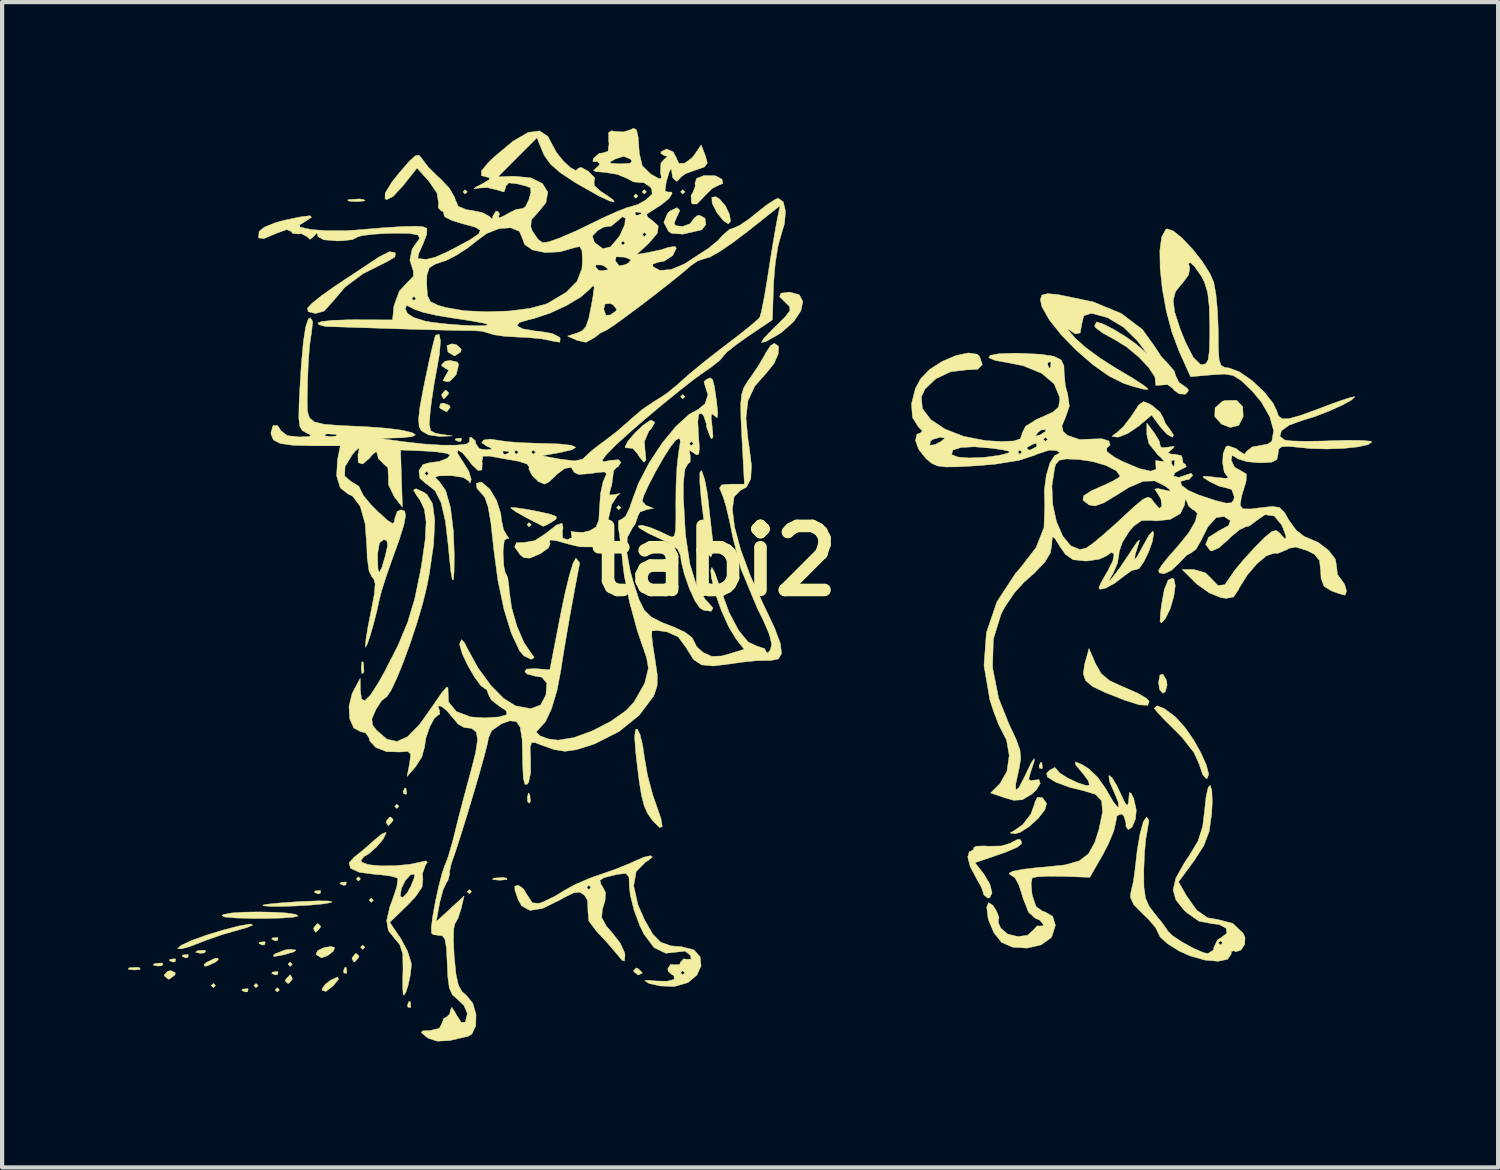
<source format=kicad_pcb>
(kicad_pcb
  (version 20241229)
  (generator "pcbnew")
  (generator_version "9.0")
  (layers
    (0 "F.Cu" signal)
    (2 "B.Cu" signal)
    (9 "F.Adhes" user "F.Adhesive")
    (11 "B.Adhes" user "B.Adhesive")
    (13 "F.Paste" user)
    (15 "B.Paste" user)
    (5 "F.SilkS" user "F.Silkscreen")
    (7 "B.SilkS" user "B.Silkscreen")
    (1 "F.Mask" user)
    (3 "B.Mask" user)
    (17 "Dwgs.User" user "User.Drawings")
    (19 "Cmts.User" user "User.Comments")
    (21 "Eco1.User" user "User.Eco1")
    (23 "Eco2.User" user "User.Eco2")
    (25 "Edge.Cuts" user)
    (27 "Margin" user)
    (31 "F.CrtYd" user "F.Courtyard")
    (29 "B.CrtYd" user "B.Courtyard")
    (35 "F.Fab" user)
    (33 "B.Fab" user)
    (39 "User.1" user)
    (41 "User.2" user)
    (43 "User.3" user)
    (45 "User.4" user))
  (footprint "tabi2"
    (layer "F.Cu")
    (at 13.967 10.306)
    (property "Reference" "tabi2" (at 0 0 0) (layer "F.SilkS") (effects (font (size 1.524 1.524) (thickness 0.3))))
    (attr through_hole)
    (fp_poly (pts (xy -11.887 10.109) (xy -11.938 10.16) (xy -11.989 10.109) (xy -11.938 10.058) (xy -11.887 10.109)) (stroke (width 0.01) (type solid)) (fill yes) (layer "F.SilkS"))
    (fp_poly (pts (xy -10.871 10.109) (xy -10.922 10.16) (xy -10.973 10.109) (xy -10.922 10.058) (xy -10.871 10.109)) (stroke (width 0.01) (type solid)) (fill yes) (layer "F.SilkS"))
    (fp_poly (pts (xy -10.363 10.211) (xy -10.414 10.262) (xy -10.465 10.211) (xy -10.414 10.16) (xy -10.363 10.211)) (stroke (width 0.01) (type solid)) (fill yes) (layer "F.SilkS"))
    (fp_poly (pts (xy -10.058 9.601) (xy -10.109 9.652) (xy -10.16 9.601) (xy -10.109 9.55) (xy -10.058 9.601)) (stroke (width 0.01) (type solid)) (fill yes) (layer "F.SilkS"))
    (fp_poly (pts (xy -8.433 7.569) (xy -8.484 7.62) (xy -8.534 7.569) (xy -8.484 7.518) (xy -8.433 7.569)) (stroke (width 0.01) (type solid)) (fill yes) (layer "F.SilkS"))
    (fp_poly (pts (xy -8.331 9.195) (xy -8.382 9.246) (xy -8.433 9.195) (xy -8.382 9.144) (xy -8.331 9.195)) (stroke (width 0.01) (type solid)) (fill yes) (layer "F.SilkS"))
    (fp_poly (pts (xy -8.128 8.077) (xy -8.179 8.128) (xy -8.23 8.077) (xy -8.179 8.026) (xy -8.128 8.077)) (stroke (width 0.01) (type solid)) (fill yes) (layer "F.SilkS"))
    (fp_poly (pts (xy -7.518 5.842) (xy -7.569 5.893) (xy -7.62 5.842) (xy -7.569 5.791) (xy -7.518 5.842)) (stroke (width 0.01) (type solid)) (fill yes) (layer "F.SilkS"))
    (fp_poly (pts (xy -5.893 -8.788) (xy -5.944 -8.738) (xy -5.994 -8.788) (xy -5.944 -8.839) (xy -5.893 -8.788)) (stroke (width 0.01) (type solid)) (fill yes) (layer "F.SilkS"))
    (fp_poly (pts (xy -5.791 7.874) (xy -5.842 7.925) (xy -5.893 7.874) (xy -5.842 7.823) (xy -5.791 7.874)) (stroke (width 0.01) (type solid)) (fill yes) (layer "F.SilkS"))
    (fp_poly (pts (xy -4.369 -0.864) (xy -4.42 -0.813) (xy -4.47 -0.864) (xy -4.42 -0.914) (xy -4.369 -0.864)) (stroke (width 0.01) (type solid)) (fill yes) (layer "F.SilkS"))
    (fp_poly (pts (xy -2.235 -1.27) (xy -2.286 -1.219) (xy -2.337 -1.27) (xy -2.286 -1.321) (xy -2.235 -1.27)) (stroke (width 0.01) (type solid)) (fill yes) (layer "F.SilkS"))
    (fp_poly (pts (xy -1.829 -8.687) (xy -1.88 -8.636) (xy -1.93 -8.687) (xy -1.88 -8.738) (xy -1.829 -8.687)) (stroke (width 0.01) (type solid)) (fill yes) (layer "F.SilkS"))
    (fp_poly (pts (xy -1.626 -8.788) (xy -1.676 -8.738) (xy -1.727 -8.788) (xy -1.676 -8.839) (xy -1.626 -8.788)) (stroke (width 0.01) (type solid)) (fill yes) (layer "F.SilkS"))
    (fp_poly (pts (xy -0.711 -8.788) (xy -0.762 -8.738) (xy -0.813 -8.788) (xy -0.762 -8.839) (xy -0.711 -8.788)) (stroke (width 0.01) (type solid)) (fill yes) (layer "F.SilkS"))
    (fp_poly (pts (xy -0.711 -3.912) (xy -0.762 -3.861) (xy -0.813 -3.912) (xy -0.762 -3.962) (xy -0.711 -3.912)) (stroke (width 0.01) (type solid)) (fill yes) (layer "F.SilkS"))
    (fp_poly (pts (xy -13.691 9.686) (xy -13.678 9.723) (xy -13.818 9.738) (xy -13.962 9.722) (xy -13.945 9.686) (xy -13.737 9.673) (xy -13.691 9.686)) (stroke (width 0.01) (type solid)) (fill yes) (layer "F.SilkS"))
    (fp_poly (pts (xy -13.134 9.591) (xy -13.164 9.637) (xy -13.267 9.644) (xy -13.376 9.619) (xy -13.329 9.583) (xy -13.17 9.57) (xy -13.134 9.591)) (stroke (width 0.01) (type solid)) (fill yes) (layer "F.SilkS"))
    (fp_poly (pts (xy -12.835 9.483) (xy -12.849 9.543) (xy -12.903 9.55) (xy -12.987 9.513) (xy -12.971 9.483) (xy -12.85 9.471) (xy -12.835 9.483)) (stroke (width 0.01) (type solid)) (fill yes) (layer "F.SilkS"))
    (fp_poly (pts (xy -12.531 9.381) (xy -12.545 9.441) (xy -12.598 9.449) (xy -12.682 9.412) (xy -12.666 9.381) (xy -12.546 9.369) (xy -12.531 9.381)) (stroke (width 0.01) (type solid)) (fill yes) (layer "F.SilkS"))
    (fp_poly (pts (xy -12.118 9.286) (xy -12.148 9.332) (xy -12.251 9.339) (xy -12.36 9.314) (xy -12.313 9.278) (xy -12.154 9.266) (xy -12.118 9.286)) (stroke (width 0.01) (type solid)) (fill yes) (layer "F.SilkS"))
    (fp_poly (pts (xy -11.108 10.194) (xy -11.122 10.254) (xy -11.176 10.262) (xy -11.26 10.224) (xy -11.244 10.194) (xy -11.123 10.182) (xy -11.108 10.194)) (stroke (width 0.01) (type solid)) (fill yes) (layer "F.SilkS"))
    (fp_poly (pts (xy -10.702 9.076) (xy -10.716 9.137) (xy -10.77 9.144) (xy -10.853 9.107) (xy -10.837 9.076) (xy -10.717 9.064) (xy -10.702 9.076)) (stroke (width 0.01) (type solid)) (fill yes) (layer "F.SilkS"))
    (fp_poly (pts (xy -10.397 8.975) (xy -10.411 9.035) (xy -10.465 9.042) (xy -10.548 9.005) (xy -10.533 8.975) (xy -10.412 8.963) (xy -10.397 8.975)) (stroke (width 0.01) (type solid)) (fill yes) (layer "F.SilkS"))
    (fp_poly (pts (xy -10.397 9.787) (xy -10.411 9.848) (xy -10.465 9.855) (xy -10.548 9.818) (xy -10.533 9.787) (xy -10.412 9.775) (xy -10.397 9.787)) (stroke (width 0.01) (type solid)) (fill yes) (layer "F.SilkS"))
    (fp_poly (pts (xy -9.381 7.857) (xy -9.395 7.917) (xy -9.449 7.925) (xy -9.532 7.888) (xy -9.517 7.857) (xy -9.396 7.845) (xy -9.381 7.857)) (stroke (width 0.01) (type solid)) (fill yes) (layer "F.SilkS"))
    (fp_poly (pts (xy -8.771 7.654) (xy -8.785 7.714) (xy -8.839 7.722) (xy -8.923 7.684) (xy -8.907 7.654) (xy -8.786 7.642) (xy -8.771 7.654)) (stroke (width 0.01) (type solid)) (fill yes) (layer "F.SilkS"))
    (fp_poly (pts (xy -8.771 9.686) (xy -8.759 9.806) (xy -8.771 9.821) (xy -8.832 9.807) (xy -8.839 9.754) (xy -8.802 9.67) (xy -8.771 9.686)) (stroke (width 0.01) (type solid)) (fill yes) (layer "F.SilkS"))
    (fp_poly (pts (xy -8.366 2.413) (xy -8.352 2.621) (xy -8.366 2.667) (xy -8.403 2.68) (xy -8.417 2.54) (xy -8.401 2.396) (xy -8.366 2.413)) (stroke (width 0.01) (type solid)) (fill yes) (layer "F.SilkS"))
    (fp_poly (pts (xy -7.349 5.419) (xy -7.337 5.539) (xy -7.349 5.554) (xy -7.409 5.54) (xy -7.417 5.486) (xy -7.38 5.403) (xy -7.349 5.419)) (stroke (width 0.01) (type solid)) (fill yes) (layer "F.SilkS"))
    (fp_poly (pts (xy -7.247 10.499) (xy -7.235 10.619) (xy -7.247 10.634) (xy -7.308 10.62) (xy -7.315 10.566) (xy -7.278 10.483) (xy -7.247 10.499)) (stroke (width 0.01) (type solid)) (fill yes) (layer "F.SilkS"))
    (fp_poly (pts (xy -6.028 -2.913) (xy -6.042 -2.852) (xy -6.096 -2.845) (xy -6.18 -2.882) (xy -6.164 -2.913) (xy -6.043 -2.925) (xy -6.028 -2.913)) (stroke (width 0.01) (type solid)) (fill yes) (layer "F.SilkS"))
    (fp_poly (pts (xy -4.401 5.569) (xy -4.389 5.728) (xy -4.409 5.764) (xy -4.455 5.733) (xy -4.462 5.63) (xy -4.438 5.522) (xy -4.401 5.569)) (stroke (width 0.01) (type solid)) (fill yes) (layer "F.SilkS"))
    (fp_poly (pts (xy 7.789 4.809) (xy 7.801 4.93) (xy 7.789 4.945) (xy 7.729 4.931) (xy 7.722 4.877) (xy 7.759 4.793) (xy 7.789 4.809)) (stroke (width 0.01) (type solid)) (fill yes) (layer "F.SilkS"))
    (fp_poly (pts (xy -12.843 9.803) (xy -12.852 9.855) (xy -12.982 9.953) (xy -13.011 9.957) (xy -13.104 9.879) (xy -13.106 9.855) (xy -13.024 9.766) (xy -12.948 9.754) (xy -12.843 9.803)) (stroke (width 0.01) (type solid)) (fill yes) (layer "F.SilkS"))
    (fp_poly (pts (xy -11.818 9.494) (xy -11.887 9.55) (xy -12.072 9.636) (xy -12.141 9.649) (xy -12.159 9.607) (xy -12.09 9.55) (xy -11.905 9.464) (xy -11.836 9.452) (xy -11.818 9.494)) (stroke (width 0.01) (type solid)) (fill yes) (layer "F.SilkS"))
    (fp_poly (pts (xy -10.06 9.934) (xy -10.058 9.957) (xy -10.137 10.054) (xy -10.166 10.058) (xy -10.227 9.996) (xy -10.211 9.957) (xy -10.12 9.86) (xy -10.103 9.855) (xy -10.06 9.934)) (stroke (width 0.01) (type solid)) (fill yes) (layer "F.SilkS"))
    (fp_poly (pts (xy -9.382 8.698) (xy -9.398 8.738) (xy -9.489 8.835) (xy -9.506 8.839) (xy -9.549 8.761) (xy -9.55 8.738) (xy -9.472 8.64) (xy -9.443 8.636) (xy -9.382 8.698)) (stroke (width 0.01) (type solid)) (fill yes) (layer "F.SilkS"))
    (fp_poly (pts (xy -8.956 9.956) (xy -9.086 10.116) (xy -9.259 10.249) (xy -9.343 10.222) (xy -9.347 10.184) (xy -9.271 10.077) (xy -9.144 9.98) (xy -8.977 9.903) (xy -8.956 9.956)) (stroke (width 0.01) (type solid)) (fill yes) (layer "F.SilkS"))
    (fp_poly (pts (xy -8.468 9.409) (xy -8.484 9.449) (xy -8.575 9.546) (xy -8.591 9.55) (xy -8.635 9.472) (xy -8.636 9.449) (xy -8.558 9.351) (xy -8.528 9.347) (xy -8.468 9.409)) (stroke (width 0.01) (type solid)) (fill yes) (layer "F.SilkS"))
    (fp_poly (pts (xy -8.357 -8.604) (xy -8.325 -8.575) (xy -8.465 -8.559) (xy -8.534 -8.558) (xy -8.719 -8.569) (xy -8.741 -8.595) (xy -8.712 -8.604) (xy -8.455 -8.62) (xy -8.357 -8.604)) (stroke (width 0.01) (type solid)) (fill yes) (layer "F.SilkS"))
    (fp_poly (pts (xy -7.655 6.158) (xy -7.671 6.198) (xy -7.762 6.295) (xy -7.778 6.299) (xy -7.822 6.221) (xy -7.823 6.198) (xy -7.745 6.1) (xy -7.716 6.096) (xy -7.655 6.158)) (stroke (width 0.01) (type solid)) (fill yes) (layer "F.SilkS"))
    (fp_poly (pts (xy -6.334 -4.002) (xy -6.35 -3.962) (xy -6.441 -3.865) (xy -6.458 -3.861) (xy -6.501 -3.939) (xy -6.502 -3.962) (xy -6.424 -4.06) (xy -6.395 -4.064) (xy -6.334 -4.002)) (stroke (width 0.01) (type solid)) (fill yes) (layer "F.SilkS"))
    (fp_poly (pts (xy -6.319 -3.706) (xy -6.299 -3.658) (xy -6.372 -3.559) (xy -6.395 -3.556) (xy -6.532 -3.63) (xy -6.553 -3.658) (xy -6.53 -3.745) (xy -6.458 -3.759) (xy -6.319 -3.706)) (stroke (width 0.01) (type solid)) (fill yes) (layer "F.SilkS"))
    (fp_poly (pts (xy -6.145 -5.144) (xy -6.036 -5.044) (xy -6.045 -4.979) (xy -6.191 -4.881) (xy -6.342 -4.967) (xy -6.354 -4.985) (xy -6.377 -5.128) (xy -6.252 -5.171) (xy -6.145 -5.144)) (stroke (width 0.01) (type solid)) (fill yes) (layer "F.SilkS"))
    (fp_poly (pts (xy -4.951 7.553) (xy -4.948 7.587) (xy -5.107 7.6) (xy -5.131 7.6) (xy -5.288 7.586) (xy -5.273 7.555) (xy -5.256 7.55) (xy -5.035 7.535) (xy -4.951 7.553)) (stroke (width 0.01) (type solid)) (fill yes) (layer "F.SilkS"))
    (fp_poly (pts (xy -1.829 9.703) (xy -1.732 9.794) (xy -1.727 9.81) (xy -1.806 9.854) (xy -1.829 9.855) (xy -1.926 9.777) (xy -1.93 9.748) (xy -1.868 9.687) (xy -1.829 9.703)) (stroke (width 0.01) (type solid)) (fill yes) (layer "F.SilkS"))
    (fp_poly (pts (xy 10.753 2.836) (xy 10.77 2.952) (xy 10.726 3.114) (xy 10.668 3.15) (xy 10.592 3.062) (xy 10.566 2.89) (xy 10.599 2.717) (xy 10.668 2.692) (xy 10.753 2.836)) (stroke (width 0.01) (type solid)) (fill yes) (layer "F.SilkS"))
    (fp_poly (pts (xy -9.972 9.262) (xy -10.018 9.305) (xy -10.246 9.372) (xy -10.312 9.387) (xy -10.499 9.418) (xy -10.506 9.383) (xy -10.465 9.352) (xy -10.231 9.261) (xy -10.118 9.247) (xy -9.972 9.262)) (stroke (width 0.01) (type solid)) (fill yes) (layer "F.SilkS"))
    (fp_poly (pts (xy -9.05 9.204) (xy -9.077 9.287) (xy -9.206 9.389) (xy -9.354 9.446) (xy -9.367 9.447) (xy -9.48 9.377) (xy -9.492 9.359) (xy -9.454 9.277) (xy -9.305 9.206) (xy -9.136 9.178) (xy -9.05 9.204)) (stroke (width 0.01) (type solid)) (fill yes) (layer "F.SilkS"))
    (fp_poly (pts (xy 0.118 -8.614) (xy 0.254 -8.455) (xy 0.349 -8.257) (xy 0.378 -8.091) (xy 0.323 -8.026) (xy 0.205 -8.103) (xy 0.056 -8.287) (xy -0.062 -8.519) (xy -0.07 -8.659) (xy 0.026 -8.672) (xy 0.118 -8.614)) (stroke (width 0.01) (type solid)) (fill yes) (layer "F.SilkS"))
    (fp_poly (pts (xy 12.569 -3.676) (xy 12.582 -3.442) (xy 12.478 -3.229) (xy 12.271 -3.179) (xy 12.065 -3.258) (xy 11.904 -3.44) (xy 11.912 -3.644) (xy 12.08 -3.798) (xy 12.149 -3.821) (xy 12.424 -3.825) (xy 12.569 -3.676)) (stroke (width 0.01) (type solid)) (fill yes) (layer "F.SilkS"))
    (fp_poly (pts (xy 10.933 0.434) (xy 10.964 0.584) (xy 10.93 0.84) (xy 10.849 1.124) (xy 10.737 1.356) (xy 10.72 1.379) (xy 10.635 1.475) (xy 10.602 1.445) (xy 10.611 1.26) (xy 10.633 1.067) (xy 10.703 0.679) (xy 10.795 0.455) (xy 10.9 0.41) (xy 10.933 0.434)) (stroke (width 0.01) (type solid)) (fill yes) (layer "F.SilkS"))
    (fp_poly (pts (xy -6.134 -4.736) (xy -6.096 -4.682) (xy -6.155 -4.437) (xy -6.299 -4.285) (xy -6.373 -4.267) (xy -6.472 -4.295) (xy -6.41 -4.408) (xy -6.401 -4.42) (xy -6.333 -4.546) (xy -6.388 -4.572) (xy -6.497 -4.642) (xy -6.502 -4.674) (xy -6.417 -4.756) (xy -6.299 -4.775) (xy -6.134 -4.736)) (stroke (width 0.01) (type solid)) (fill yes) (layer "F.SilkS"))
    (fp_poly (pts (xy 7.802 5.636) (xy 7.901 5.772) (xy 7.86 5.923) (xy 7.703 6.125) (xy 7.487 6.323) (xy 7.27 6.462) (xy 7.145 6.494) (xy 7.032 6.476) (xy 7.112 6.431) (xy 7.334 6.276) (xy 7.525 6.027) (xy 7.617 5.777) (xy 7.618 5.757) (xy 7.679 5.627) (xy 7.802 5.636)) (stroke (width 0.01) (type solid)) (fill yes) (layer "F.SilkS"))
    (fp_poly (pts (xy -10.491 8.362) (xy -10.182 8.382) (xy -9.975 8.414) (xy -9.919 8.452) (xy -10.032 8.48) (xy -10.302 8.501) (xy -10.682 8.511) (xy -10.942 8.511) (xy -11.404 8.5) (xy -11.667 8.476) (xy -11.734 8.44) (xy -11.689 8.415) (xy -11.5 8.38) (xy -11.202 8.36) (xy -10.848 8.355) (xy -10.491 8.362)) (stroke (width 0.01) (type solid)) (fill yes) (layer "F.SilkS"))
    (fp_poly (pts (xy -9.196 8.095) (xy -9.109 8.115) (xy -9.144 8.133) (xy -9.328 8.165) (xy -9.616 8.192) (xy -9.955 8.213) (xy -10.291 8.224) (xy -10.57 8.224) (xy -10.738 8.211) (xy -10.761 8.192) (xy -10.648 8.171) (xy -10.379 8.144) (xy -10.004 8.117) (xy -9.804 8.106) (xy -9.438 8.092) (xy -9.196 8.095)) (stroke (width 0.01) (type solid)) (fill yes) (layer "F.SilkS"))
    (fp_poly (pts (xy -4.749 -1.27) (xy -4.501 -1.234) (xy -4.24 -1.185) (xy -3.922 -1.115) (xy -3.775 -1.061) (xy -3.772 -1.004) (xy -3.858 -0.94) (xy -4.025 -0.847) (xy -4.088 -0.826) (xy -4.186 -0.877) (xy -4.401 -0.988) (xy -4.502 -1.04) (xy -4.73 -1.169) (xy -4.851 -1.256) (xy -4.857 -1.272) (xy -4.749 -1.27)) (stroke (width 0.01) (type solid)) (fill yes) (layer "F.SilkS"))
    (fp_poly (pts (xy -11.001 8.67) (xy -11.135 8.726) (xy -11.328 8.781) (xy -11.722 8.894) (xy -12.11 9.029) (xy -12.23 9.077) (xy -12.504 9.182) (xy -12.701 9.235) (xy -12.786 9.231) (xy -12.724 9.166) (xy -12.678 9.138) (xy -12.441 9.03) (xy -12.094 8.906) (xy -11.707 8.787) (xy -11.348 8.694) (xy -11.087 8.647) (xy -11.036 8.645) (xy -11.001 8.67)) (stroke (width 0.01) (type solid)) (fill yes) (layer "F.SilkS"))
    (fp_poly (pts (xy -0.005 -9.173) (xy 0.025 -9.167) (xy 0.172 -9.088) (xy 0.194 -8.988) (xy 0.08 -8.941) (xy -0.062 -8.868) (xy -0.243 -8.69) (xy -0.259 -8.67) (xy -0.427 -8.499) (xy -0.532 -8.499) (xy -0.554 -8.526) (xy -0.565 -8.701) (xy -0.527 -8.759) (xy -0.46 -8.93) (xy -0.471 -8.991) (xy -0.432 -9.108) (xy -0.256 -9.176) (xy -0.005 -9.173)) (stroke (width 0.01) (type solid)) (fill yes) (layer "F.SilkS"))
    (fp_poly (pts (xy -1.427 -3.3) (xy -1.512 -3.151) (xy -1.571 -3.088) (xy -1.675 -2.844) (xy -1.66 -2.638) (xy -1.637 -2.403) (xy -1.687 -2.35) (xy -1.799 -2.486) (xy -1.83 -2.543) (xy -1.951 -2.68) (xy -2.037 -2.689) (xy -2.127 -2.694) (xy -2.134 -2.723) (xy -2.064 -2.856) (xy -1.9 -3.048) (xy -1.705 -3.232) (xy -1.546 -3.343) (xy -1.51 -3.353) (xy -1.427 -3.3)) (stroke (width 0.01) (type solid)) (fill yes) (layer "F.SilkS"))
    (fp_poly (pts (xy -0.306 -2.134) (xy -0.243 -1.952) (xy -0.183 -1.648) (xy -0.154 -1.423) (xy -0.11 -1.023) (xy -0.066 -0.636) (xy -0.047 -0.483) (xy -0.038 -0.228) (xy -0.085 -0.105) (xy -0.1 -0.102) (xy -0.178 -0.189) (xy -0.212 -0.381) (xy -0.231 -0.7) (xy -0.254 -0.914) (xy -0.321 -1.469) (xy -0.355 -1.869) (xy -0.355 -2.102) (xy -0.321 -2.153) (xy -0.306 -2.134)) (stroke (width 0.01) (type solid)) (fill yes) (layer "F.SilkS"))
    (fp_poly (pts (xy 2.011 -6.34) (xy 2.097 -6.179) (xy 2.05 -5.954) (xy 1.88 -5.699) (xy 1.596 -5.448) (xy 1.493 -5.38) (xy 1.223 -5.228) (xy 1.112 -5.198) (xy 1.161 -5.292) (xy 1.37 -5.511) (xy 1.452 -5.589) (xy 1.687 -5.822) (xy 1.79 -5.963) (xy 1.782 -6.058) (xy 1.702 -6.134) (xy 1.545 -6.29) (xy 1.577 -6.376) (xy 1.781 -6.401) (xy 2.011 -6.34)) (stroke (width 0.01) (type solid)) (fill yes) (layer "F.SilkS"))
    (fp_poly (pts (xy 9.065 2.445) (xy 9.201 2.683) (xy 9.404 2.852) (xy 9.74 3.005) (xy 9.761 3.013) (xy 10.063 3.145) (xy 10.276 3.269) (xy 10.341 3.337) (xy 10.31 3.435) (xy 10.112 3.426) (xy 9.754 3.312) (xy 9.29 3.13) (xy 8.991 2.985) (xy 8.829 2.847) (xy 8.775 2.688) (xy 8.802 2.479) (xy 8.831 2.371) (xy 8.91 2.083) (xy 9.065 2.445)) (stroke (width 0.01) (type solid)) (fill yes) (layer "F.SilkS"))
    (fp_poly (pts (xy -7.604 -7.34) (xy -7.614 -7.239) (xy -7.812 -7.12) (xy -7.843 -7.107) (xy -8.372 -6.841) (xy -8.803 -6.521) (xy -9.076 -6.199) (xy -9.299 -5.951) (xy -9.502 -5.893) (xy -9.68 -5.934) (xy -9.696 -6.02) (xy -9.592 -6.132) (xy -9.36 -6.318) (xy -9.047 -6.54) (xy -8.963 -6.596) (xy -8.596 -6.838) (xy -8.257 -7.063) (xy -8.013 -7.226) (xy -7.991 -7.241) (xy -7.744 -7.363) (xy -7.604 -7.34)) (stroke (width 0.01) (type solid)) (fill yes) (layer "F.SilkS"))
    (fp_poly (pts (xy -1.779 4.132) (xy -1.715 4.398) (xy -1.679 4.65) (xy -1.601 5.101) (xy -1.474 5.578) (xy -1.406 5.771) (xy -1.281 6.131) (xy -1.25 6.325) (xy -1.313 6.348) (xy -1.468 6.194) (xy -1.504 6.149) (xy -1.606 5.998) (xy -1.684 5.817) (xy -1.747 5.564) (xy -1.805 5.2) (xy -1.867 4.684) (xy -1.883 4.535) (xy -1.908 4.177) (xy -1.883 4.01) (xy -1.845 4.003) (xy -1.779 4.132)) (stroke (width 0.01) (type solid)) (fill yes) (layer "F.SilkS"))
    (fp_poly (pts (xy -0.831 -8.347) (xy -0.905 -8.19) (xy -0.966 -8.038) (xy -0.929 -7.984) (xy -0.763 -7.964) (xy -0.586 -8.03) (xy -0.508 -8.139) (xy -0.426 -8.219) (xy -0.356 -8.23) (xy -0.231 -8.158) (xy -0.212 -8.01) (xy -0.305 -7.889) (xy -0.33 -7.879) (xy -0.758 -7.781) (xy -1.029 -7.801) (xy -1.1 -7.846) (xy -1.213 -8.063) (xy -1.124 -8.277) (xy -1.064 -8.333) (xy -0.898 -8.412) (xy -0.831 -8.347)) (stroke (width 0.01) (type solid)) (fill yes) (layer "F.SilkS"))
    (fp_poly (pts (xy 10.702 3.515) (xy 10.935 3.686) (xy 10.989 3.734) (xy 11.2 3.97) (xy 11.404 4.265) (xy 11.58 4.578) (xy 11.706 4.863) (xy 11.76 5.078) (xy 11.722 5.179) (xy 11.704 5.182) (xy 11.62 5.093) (xy 11.547 4.879) (xy 11.543 4.857) (xy 11.409 4.56) (xy 11.128 4.203) (xy 10.971 4.044) (xy 10.719 3.794) (xy 10.538 3.601) (xy 10.465 3.506) (xy 10.465 3.505) (xy 10.531 3.448) (xy 10.702 3.515)) (stroke (width 0.01) (type solid)) (fill yes) (layer "F.SilkS"))
    (fp_poly (pts (xy -6.53 -5.243) (xy -6.552 -4.944) (xy -6.602 -4.651) (xy -6.681 -4.218) (xy -6.747 -3.78) (xy -6.776 -3.538) (xy -6.796 -3.249) (xy -6.765 -3.103) (xy -6.653 -3.041) (xy -6.536 -3.02) (xy -6.248 -2.977) (xy -6.553 -2.965) (xy -6.815 -3.003) (xy -6.987 -3.1) (xy -7.039 -3.205) (xy -7.051 -3.38) (xy -7.019 -3.664) (xy -6.94 -4.093) (xy -6.9 -4.29) (xy -6.808 -4.725) (xy -6.727 -5.079) (xy -6.668 -5.31) (xy -6.644 -5.376) (xy -6.561 -5.396) (xy -6.53 -5.243)) (stroke (width 0.01) (type solid)) (fill yes) (layer "F.SilkS"))
    (fp_poly (pts (xy 10.346 -3.743) (xy 10.421 -3.695) (xy 10.6 -3.544) (xy 10.668 -3.425) (xy 10.73 -3.273) (xy 10.836 -3.132) (xy 10.925 -2.995) (xy 10.895 -2.946) (xy 10.765 -3.021) (xy 10.6 -3.202) (xy 10.594 -3.21) (xy 10.402 -3.474) (xy 10.089 -3.21) (xy 9.842 -3.041) (xy 9.625 -2.953) (xy 9.587 -2.949) (xy 9.458 -2.963) (xy 9.519 -3.022) (xy 9.568 -3.052) (xy 9.73 -3.2) (xy 9.916 -3.442) (xy 9.956 -3.504) (xy 10.102 -3.723) (xy 10.21 -3.794) (xy 10.346 -3.743)) (stroke (width 0.01) (type solid)) (fill yes) (layer "F.SilkS"))
    (fp_poly (pts (xy 7.284 6.64) (xy 7.311 6.723) (xy 7.208 6.812) (xy 6.948 6.925) (xy 6.706 7.01) (xy 6.195 7.183) (xy 6.4 7.443) (xy 6.549 7.69) (xy 6.602 7.899) (xy 6.548 8.017) (xy 6.502 8.026) (xy 6.404 7.949) (xy 6.401 7.921) (xy 6.349 7.768) (xy 6.227 7.551) (xy 6.081 7.274) (xy 6.023 7.047) (xy 6.061 6.92) (xy 6.103 6.909) (xy 6.171 6.856) (xy 6.161 6.831) (xy 6.219 6.791) (xy 6.42 6.784) (xy 6.513 6.791) (xy 6.82 6.785) (xy 7.045 6.717) (xy 7.066 6.702) (xy 7.219 6.626) (xy 7.284 6.64)) (stroke (width 0.01) (type solid)) (fill yes) (layer "F.SilkS"))
    (fp_poly (pts (xy -5.533 -1.864) (xy -5.356 -1.711) (xy -5.195 -1.44) (xy -5.095 -1.132) (xy -5.08 -0.991) (xy -5.028 -0.743) (xy -4.953 -0.615) (xy -4.896 -0.53) (xy -4.936 -0.54) (xy -5.01 -0.494) (xy -5.038 -0.255) (xy -5.038 -0.149) (xy -5.021 0.123) (xy -4.987 0.285) (xy -4.97 0.304) (xy -4.928 0.395) (xy -4.899 0.619) (xy -4.895 0.694) (xy -4.837 1.109) (xy -4.711 1.552) (xy -4.544 1.939) (xy -4.401 2.154) (xy -4.299 2.291) (xy -4.346 2.335) (xy -4.379 2.337) (xy -4.543 2.259) (xy -4.646 2.14) (xy -4.843 1.72) (xy -5.02 1.142) (xy -5.164 0.452) (xy -5.265 -0.305) (xy -5.269 -0.352) (xy -5.33 -0.909) (xy -5.396 -1.287) (xy -5.472 -1.509) (xy -5.531 -1.583) (xy -5.662 -1.729) (xy -5.677 -1.847) (xy -5.574 -1.877) (xy -5.533 -1.864)) (stroke (width 0.01) (type solid)) (fill yes) (layer "F.SilkS"))
    (fp_poly (pts (xy -7.823 6.475) (xy -7.894 6.622) (xy -8.059 6.815) (xy -8.25 6.98) (xy -8.351 7.037) (xy -8.423 7.127) (xy -8.399 7.174) (xy -8.242 7.231) (xy -7.953 7.259) (xy -7.602 7.255) (xy -7.257 7.221) (xy -7.069 7.182) (xy -6.875 7.139) (xy -6.843 7.176) (xy -6.887 7.238) (xy -6.959 7.444) (xy -6.948 7.581) (xy -6.969 7.766) (xy -7.133 8.004) (xy -7.316 8.195) (xy -7.737 8.604) (xy -7.475 8.99) (xy -7.316 9.285) (xy -7.229 9.564) (xy -7.224 9.641) (xy -7.25 9.868) (xy -7.3 10.1) (xy -7.357 10.276) (xy -7.405 10.339) (xy -7.419 10.312) (xy -7.429 10.158) (xy -7.427 9.879) (xy -7.422 9.7) (xy -7.429 9.353) (xy -7.499 9.133) (xy -7.612 8.999) (xy -7.771 8.799) (xy -7.811 8.562) (xy -7.736 8.234) (xy -7.658 8.024) (xy -7.644 7.983) (xy -7.488 7.983) (xy -7.428 8.013) (xy -7.318 7.895) (xy -7.24 7.754) (xy -7.159 7.553) (xy -7.141 7.455) (xy -7.242 7.47) (xy -7.368 7.608) (xy -7.461 7.798) (xy -7.488 7.983) (xy -7.644 7.983) (xy -7.571 7.76) (xy -7.545 7.581) (xy -7.556 7.549) (xy -7.687 7.507) (xy -7.946 7.472) (xy -8.086 7.462) (xy -8.463 7.412) (xy -8.673 7.315) (xy -8.705 7.183) (xy -8.585 7.052) (xy -8.37 6.881) (xy -8.121 6.662) (xy -8.103 6.644) (xy -7.926 6.5) (xy -7.829 6.461) (xy -7.823 6.475)) (stroke (width 0.01) (type solid)) (fill yes) (layer "F.SilkS"))
    (fp_poly (pts (xy 8.17 -6.343) (xy 9.008 -6.169) (xy 9.679 -5.892) (xy 10.179 -5.515) (xy 10.466 -5.118) (xy 10.63 -4.867) (xy 10.795 -4.693) (xy 10.94 -4.522) (xy 10.973 -4.411) (xy 11.055 -4.246) (xy 11.125 -4.202) (xy 11.26 -4.103) (xy 11.278 -4.053) (xy 11.207 -3.97) (xy 11.059 -3.979) (xy 10.931 -4.069) (xy 10.912 -4.104) (xy 10.78 -4.199) (xy 10.646 -4.189) (xy 10.5 -4.18) (xy 10.495 -4.234) (xy 10.479 -4.383) (xy 10.333 -4.604) (xy 10.097 -4.854) (xy 9.811 -5.092) (xy 9.513 -5.277) (xy 9.5 -5.283) (xy 9.237 -5.427) (xy 9.071 -5.551) (xy 9.042 -5.597) (xy 9.089 -5.688) (xy 9.098 -5.69) (xy 9.258 -5.637) (xy 9.512 -5.506) (xy 9.791 -5.336) (xy 10.025 -5.168) (xy 10.053 -5.144) (xy 10.301 -4.928) (xy 10.053 -5.252) (xy 9.735 -5.564) (xy 9.355 -5.792) (xy 8.989 -5.892) (xy 8.951 -5.893) (xy 8.785 -5.838) (xy 8.738 -5.643) (xy 8.738 -5.639) (xy 8.701 -5.43) (xy 8.585 -5.405) (xy 8.429 -5.512) (xy 8.4 -5.523) (xy 8.49 -5.411) (xy 8.586 -5.301) (xy 8.824 -5.087) (xy 9.173 -4.83) (xy 9.564 -4.581) (xy 9.625 -4.546) (xy 9.954 -4.35) (xy 10.196 -4.193) (xy 10.312 -4.098) (xy 10.315 -4.084) (xy 10.204 -4.091) (xy 9.962 -4.155) (xy 9.733 -4.23) (xy 9.384 -4.404) (xy 8.996 -4.679) (xy 8.606 -5.018) (xy 8.251 -5.383) (xy 7.967 -5.739) (xy 7.791 -6.048) (xy 7.752 -6.221) (xy 7.787 -6.331) (xy 7.922 -6.365) (xy 8.17 -6.343)) (stroke (width 0.01) (type solid)) (fill yes) (layer "F.SilkS"))
    (fp_poly (pts (xy 11.834 5.462) (xy 11.845 5.725) (xy 11.831 6.015) (xy 11.771 6.441) (xy 11.644 6.777) (xy 11.411 7.138) (xy 11.042 7.64) (xy 11.224 7.96) (xy 11.472 8.312) (xy 11.733 8.494) (xy 11.983 8.538) (xy 12.333 8.628) (xy 12.578 8.863) (xy 12.624 8.959) (xy 12.619 9.126) (xy 12.526 9.264) (xy 12.403 9.304) (xy 12.36 9.279) (xy 12.302 9.296) (xy 12.294 9.361) (xy 12.208 9.484) (xy 11.985 9.53) (xy 11.671 9.502) (xy 11.316 9.402) (xy 11.049 9.282) (xy 10.779 9.111) (xy 10.604 8.953) (xy 10.566 8.876) (xy 10.495 8.727) (xy 10.314 8.517) (xy 10.203 8.413) (xy 9.974 8.181) (xy 9.894 8) (xy 9.909 7.882) (xy 9.969 7.621) (xy 10.004 7.366) (xy 10.059 6.881) (xy 10.128 6.483) (xy 10.204 6.209) (xy 10.278 6.097) (xy 10.284 6.096) (xy 10.337 6.18) (xy 10.305 6.375) (xy 10.262 6.62) (xy 10.23 6.986) (xy 10.215 7.366) (xy 10.218 7.761) (xy 10.255 8.023) (xy 10.341 8.22) (xy 10.475 8.398) (xy 10.655 8.62) (xy 10.769 8.781) (xy 10.783 8.807) (xy 10.899 8.922) (xy 11.129 9.074) (xy 11.4 9.222) (xy 11.638 9.325) (xy 11.741 9.347) (xy 11.87 9.265) (xy 11.887 9.192) (xy 11.935 9.093) (xy 11.989 9.093) (xy 12.04 9.144) (xy 12.09 9.093) (xy 12.04 9.042) (xy 11.989 9.093) (xy 11.935 9.093) (xy 11.969 9.022) (xy 12.04 8.978) (xy 12.192 8.864) (xy 12.173 8.742) (xy 12.007 8.654) (xy 11.844 8.636) (xy 11.527 8.575) (xy 11.229 8.366) (xy 11.177 8.316) (xy 10.979 8.071) (xy 10.912 7.829) (xy 10.979 7.547) (xy 11.185 7.182) (xy 11.301 7.01) (xy 11.506 6.667) (xy 11.617 6.32) (xy 11.665 5.919) (xy 11.699 5.601) (xy 11.748 5.393) (xy 11.795 5.34) (xy 11.834 5.462)) (stroke (width 0.01) (type solid)) (fill yes) (layer "F.SilkS"))
    (fp_poly (pts (xy 8.749 4.85) (xy 8.899 4.943) (xy 9.109 5.142) (xy 9.314 5.429) (xy 9.36 5.512) (xy 9.493 5.741) (xy 9.592 5.858) (xy 9.616 5.861) (xy 9.608 5.747) (xy 9.522 5.532) (xy 9.5 5.486) (xy 9.403 5.259) (xy 9.382 5.117) (xy 9.388 5.107) (xy 9.457 5.157) (xy 9.571 5.346) (xy 9.643 5.497) (xy 9.761 5.747) (xy 9.824 5.824) (xy 9.851 5.746) (xy 9.855 5.69) (xy 9.871 5.512) (xy 9.911 5.529) (xy 9.976 5.658) (xy 10.036 5.93) (xy 10.018 6.14) (xy 9.935 6.334) (xy 9.844 6.399) (xy 9.79 6.316) (xy 9.79 6.234) (xy 9.737 6.065) (xy 9.677 6.022) (xy 9.576 6.068) (xy 9.549 6.215) (xy 9.5 6.429) (xy 9.371 6.738) (xy 9.239 6.992) (xy 8.929 7.532) (xy 8.274 7.508) (xy 7.928 7.505) (xy 7.668 7.52) (xy 7.557 7.548) (xy 7.532 7.68) (xy 7.553 7.923) (xy 7.56 7.964) (xy 7.65 8.229) (xy 7.808 8.341) (xy 7.852 8.35) (xy 8.045 8.46) (xy 8.11 8.674) (xy 8.03 8.931) (xy 8.001 8.974) (xy 7.77 9.14) (xy 7.438 9.217) (xy 7.092 9.196) (xy 6.826 9.078) (xy 6.647 8.852) (xy 6.518 8.547) (xy 6.508 8.509) (xy 6.475 8.242) (xy 6.52 8.133) (xy 6.623 8.201) (xy 6.706 8.331) (xy 6.768 8.488) (xy 6.756 8.534) (xy 6.751 8.609) (xy 6.807 8.738) (xy 6.972 8.882) (xy 7.213 8.942) (xy 7.445 8.912) (xy 7.583 8.789) (xy 7.679 8.686) (xy 7.732 8.693) (xy 7.818 8.682) (xy 7.823 8.654) (xy 7.739 8.552) (xy 7.635 8.509) (xy 7.472 8.364) (xy 7.339 8.028) (xy 7.329 7.989) (xy 7.241 7.714) (xy 7.15 7.545) (xy 7.111 7.518) (xy 7.013 7.451) (xy 7.01 7.431) (xy 7.104 7.385) (xy 7.353 7.338) (xy 7.711 7.297) (xy 7.846 7.287) (xy 8.342 7.235) (xy 8.678 7.14) (xy 8.9 6.97) (xy 9.05 6.696) (xy 9.149 6.383) (xy 9.233 5.975) (xy 9.21 5.711) (xy 9.065 5.555) (xy 8.788 5.472) (xy 8.444 5.387) (xy 8.134 5.271) (xy 8.101 5.255) (xy 7.919 5.142) (xy 7.902 5.053) (xy 7.974 4.98) (xy 8.097 4.916) (xy 8.128 4.947) (xy 8.21 5.045) (xy 8.406 5.169) (xy 8.641 5.281) (xy 8.839 5.345) (xy 8.92 5.338) (xy 8.896 5.236) (xy 8.764 5.058) (xy 8.737 5.029) (xy 8.586 4.843) (xy 8.591 4.783) (xy 8.749 4.85)) (stroke (width 0.01) (type solid)) (fill yes) (layer "F.SilkS"))
    (fp_poly (pts (xy -1.484 7.046) (xy -1.587 7.133) (xy -1.651 7.17) (xy -1.871 7.394) (xy -1.93 7.735) (xy -1.829 8.186) (xy -1.672 8.543) (xy -1.477 8.884) (xy -1.288 9.076) (xy -1.044 9.163) (xy -0.787 9.185) (xy -0.497 9.258) (xy -0.347 9.426) (xy -0.326 9.641) (xy -0.426 9.86) (xy -0.637 10.037) (xy -0.95 10.128) (xy -0.983 10.13) (xy -1.296 10.118) (xy -1.55 10.062) (xy -1.575 10.052) (xy -1.667 9.993) (xy -1.589 9.98) (xy -1.399 9.999) (xy -1.138 10.006) (xy -0.976 9.965) (xy -0.961 9.95) (xy -0.976 9.861) (xy -1.01 9.855) (xy -1.069 9.804) (xy -0.813 9.804) (xy -0.762 9.855) (xy -0.711 9.804) (xy -0.762 9.754) (xy -0.813 9.804) (xy -1.069 9.804) (xy -1.106 9.773) (xy -1.118 9.706) (xy -1.05 9.603) (xy -0.965 9.615) (xy -0.835 9.606) (xy -0.813 9.55) (xy -0.74 9.472) (xy -0.666 9.484) (xy -0.563 9.479) (xy -0.576 9.39) (xy -0.707 9.287) (xy -0.832 9.303) (xy -1.167 9.339) (xy -1.444 9.205) (xy -1.684 8.886) (xy -1.785 8.68) (xy -1.923 8.308) (xy -2.012 7.947) (xy -2.032 7.761) (xy -2.043 7.524) (xy -2.115 7.439) (xy -2.303 7.459) (xy -2.362 7.471) (xy -2.63 7.538) (xy -2.734 7.602) (xy -2.71 7.696) (xy -2.675 7.745) (xy -2.6 7.893) (xy -2.611 8.081) (xy -2.677 8.301) (xy -2.691 8.491) (xy -2.577 8.699) (xy -2.444 8.85) (xy -2.252 9.097) (xy -2.145 9.327) (xy -2.137 9.388) (xy -2.149 9.522) (xy -2.204 9.509) (xy -2.339 9.347) (xy -2.556 9.093) (xy -2.802 8.83) (xy -2.808 8.824) (xy -2.999 8.57) (xy -3.02 8.338) (xy -3.018 8.328) (xy -3.03 8.074) (xy -3.103 7.957) (xy -3.214 7.884) (xy -3.358 7.9) (xy -3.594 8.016) (xy -3.69 8.072) (xy -4.102 8.273) (xy -4.399 8.32) (xy -4.597 8.213) (xy -4.676 8.071) (xy -4.757 7.841) (xy -4.76 7.743) (xy -4.684 7.722) (xy -4.671 7.722) (xy -4.557 7.804) (xy -4.455 7.968) (xy -4.343 8.139) (xy -4.186 8.151) (xy -4.089 8.118) (xy -3.813 7.986) (xy -3.568 7.837) (xy -3.451 7.772) (xy -3.048 7.772) (xy -2.997 7.823) (xy -2.946 7.772) (xy -2.997 7.722) (xy -3.048 7.772) (xy -3.451 7.772) (xy -3.319 7.7) (xy -2.97 7.551) (xy -2.743 7.471) (xy -2.38 7.344) (xy -2.056 7.215) (xy -1.915 7.15) (xy -1.684 7.051) (xy -1.528 7.017) (xy -1.484 7.046)) (stroke (width 0.01) (type solid)) (fill yes) (layer "F.SilkS"))
    (fp_poly (pts (xy 1.519 -5.11) (xy 1.512 -4.931) (xy 1.413 -4.704) (xy 1.238 -4.486) (xy 0.952 -4.161) (xy 0.792 -3.819) (xy 0.743 -3.406) (xy 0.794 -2.87) (xy 0.813 -2.761) (xy 0.874 -2.279) (xy 0.858 -1.957) (xy 0.758 -1.762) (xy 0.604 -1.675) (xy 0.462 -1.53) (xy 0.419 -1.232) (xy 0.472 -0.805) (xy 0.617 -0.269) (xy 0.847 0.353) (xy 1.16 1.039) (xy 1.181 1.081) (xy 1.426 1.599) (xy 1.562 1.966) (xy 1.591 2.204) (xy 1.514 2.332) (xy 1.332 2.37) (xy 1.267 2.368) (xy 0.994 2.374) (xy 0.624 2.412) (xy 0.395 2.447) (xy -0.03 2.5) (xy -0.313 2.473) (xy -0.504 2.347) (xy -0.656 2.106) (xy -0.667 2.083) (xy -0.87 1.806) (xy -1.14 1.687) (xy -1.37 1.655) (xy -1.494 1.664) (xy -1.496 1.665) (xy -1.501 1.779) (xy -1.472 2.033) (xy -1.425 2.324) (xy -1.369 2.705) (xy -1.371 2.964) (xy -1.436 3.171) (xy -1.461 3.223) (xy -1.796 3.67) (xy -2.279 4.061) (xy -2.854 4.352) (xy -2.945 4.384) (xy -3.301 4.494) (xy -3.566 4.531) (xy -3.826 4.49) (xy -4.164 4.369) (xy -4.268 4.327) (xy -4.36 4.322) (xy -4.395 4.436) (xy -4.386 4.707) (xy -4.384 4.732) (xy -4.384 5.038) (xy -4.429 5.262) (xy -4.459 5.313) (xy -4.521 5.317) (xy -4.558 5.164) (xy -4.573 4.834) (xy -4.574 4.719) (xy -4.586 4.251) (xy -4.632 3.959) (xy -4.725 3.82) (xy -4.881 3.806) (xy -5.069 3.872) (xy -5.31 4.038) (xy -5.385 4.208) (xy -5.414 4.357) (xy -5.491 4.656) (xy -5.605 5.063) (xy -5.743 5.535) (xy -5.891 6.029) (xy -6.038 6.502) (xy -6.17 6.911) (xy -6.275 7.213) (xy -6.275 7.214) (xy -6.315 7.4) (xy -6.312 7.453) (xy -6.35 7.601) (xy -6.388 7.656) (xy -6.467 7.826) (xy -6.542 8.102) (xy -6.557 8.179) (xy -6.63 8.585) (xy -5.967 7.976) (xy -6.039 8.279) (xy -6.113 8.51) (xy -6.186 8.635) (xy -6.214 8.754) (xy -6.221 9.021) (xy -6.205 9.382) (xy -6.201 9.438) (xy -6.16 9.845) (xy -6.103 10.101) (xy -6.014 10.257) (xy -5.916 10.339) (xy -5.761 10.529) (xy -5.684 10.795) (xy -5.69 11.063) (xy -5.781 11.261) (xy -5.867 11.314) (xy -6.305 11.417) (xy -6.606 11.433) (xy -6.819 11.363) (xy -6.86 11.335) (xy -6.99 11.225) (xy -6.95 11.186) (xy -6.782 11.179) (xy -6.559 11.128) (xy -6.502 11.024) (xy -6.448 10.888) (xy -6.401 10.871) (xy -6.311 10.787) (xy -6.291 10.693) (xy -6.26 10.625) (xy -6.179 10.75) (xy -6.158 10.797) (xy -6.035 10.984) (xy -5.937 10.979) (xy -5.893 10.787) (xy -5.893 10.765) (xy -5.971 10.582) (xy -6.121 10.439) (xy -6.246 10.329) (xy -6.319 10.167) (xy -6.355 9.901) (xy -6.369 9.589) (xy -6.388 9.211) (xy -6.426 8.999) (xy -6.491 8.92) (xy -6.539 8.918) (xy -6.705 8.895) (xy -6.743 8.861) (xy -6.748 8.726) (xy -6.713 8.454) (xy -6.651 8.108) (xy -6.573 7.748) (xy -6.491 7.434) (xy -6.419 7.227) (xy -6.412 7.214) (xy -6.344 7.033) (xy -6.256 6.733) (xy -6.197 6.502) (xy -6.107 6.138) (xy -5.984 5.665) (xy -5.851 5.171) (xy -5.815 5.042) (xy -5.695 4.57) (xy -5.647 4.257) (xy -5.677 4.073) (xy -5.788 3.986) (xy -5.967 3.964) (xy -6.107 3.885) (xy -6.258 3.708) (xy -6.386 3.556) (xy -6.511 3.461) (xy -6.586 3.448) (xy -6.561 3.542) (xy -6.553 3.556) (xy -6.547 3.651) (xy -6.573 3.658) (xy -6.677 3.746) (xy -6.79 3.958) (xy -6.878 4.217) (xy -6.909 4.429) (xy -6.974 4.665) (xy -7.117 4.891) (xy -7.325 5.131) (xy -7.265 4.818) (xy -7.238 4.603) (xy -7.306 4.532) (xy -7.502 4.548) (xy -7.812 4.539) (xy -8.072 4.439) (xy -8.218 4.278) (xy -8.23 4.213) (xy -8.314 4.091) (xy -8.428 4.064) (xy -8.594 3.977) (xy -8.691 3.756) (xy -8.708 3.463) (xy -8.634 3.158) (xy -8.598 3.085) (xy -8.441 2.794) (xy -8.437 3.073) (xy -8.41 3.285) (xy -8.334 3.328) (xy -8.2 3.198) (xy -8.002 2.889) (xy -7.85 2.616) (xy -7.535 1.998) (xy -7.309 1.452) (xy -7.142 0.896) (xy -7.007 0.244) (xy -6.972 0.04) (xy -6.892 -0.523) (xy -6.872 -0.933) (xy -6.914 -1.231) (xy -7.022 -1.459) (xy -7.091 -1.549) (xy -7.173 -1.688) (xy -7.112 -1.72) (xy -6.939 -1.642) (xy -6.852 -1.583) (xy -6.719 -1.364) (xy -6.666 -0.967) (xy -6.693 -0.401) (xy -6.8 0.326) (xy -6.855 0.61) (xy -6.953 1.011) (xy -7.088 1.47) (xy -7.246 1.947) (xy -7.412 2.403) (xy -7.572 2.796) (xy -7.711 3.088) (xy -7.813 3.239) (xy -7.838 3.251) (xy -7.936 3.332) (xy -8.063 3.528) (xy -8.071 3.544) (xy -8.165 3.763) (xy -8.144 3.909) (xy -8.048 4.034) (xy -7.803 4.244) (xy -7.564 4.296) (xy -7.311 4.182) (xy -7.028 3.893) (xy -6.694 3.421) (xy -6.691 3.415) (xy -6.499 3.136) (xy -6.38 3.001) (xy -6.347 3.024) (xy -6.351 3.049) (xy -6.338 3.356) (xy -6.153 3.583) (xy -5.815 3.712) (xy -5.483 3.736) (xy -5.117 3.711) (xy -4.947 3.654) (xy -4.969 3.562) (xy -5.134 3.453) (xy -5.318 3.31) (xy -5.385 3.183) (xy -5.431 3.059) (xy -5.461 3.048) (xy -5.573 2.964) (xy -5.725 2.755) (xy -5.882 2.483) (xy -6.01 2.213) (xy -6.071 2.006) (xy -6.07 1.958) (xy -6.026 1.872) (xy -5.953 1.955) (xy -5.89 2.083) (xy -5.638 2.543) (xy -5.337 2.956) (xy -5.025 3.273) (xy -4.743 3.448) (xy -4.736 3.451) (xy -4.379 3.516) (xy -4.145 3.428) (xy -4.019 3.188) (xy -3.999 2.907) (xy -4.119 2.766) (xy -4.267 2.743) (xy -4.46 2.694) (xy -4.522 2.64) (xy -4.484 2.574) (xy -4.277 2.563) (xy -4.256 2.564) (xy -3.926 2.591) (xy -3.665 1.245) (xy -3.56 0.745) (xy -3.46 0.338) (xy -3.374 0.058) (xy -3.312 -0.061) (xy -3.302 -0.063) (xy -3.217 0.042) (xy -3.219 0.067) (xy -3.328 0.643) (xy -3.44 1.256) (xy -3.542 1.843) (xy -3.624 2.338) (xy -3.662 2.591) (xy -3.756 3.083) (xy -3.884 3.511) (xy -4.031 3.829) (xy -4.179 3.992) (xy -4.188 3.996) (xy -4.249 4.073) (xy -4.159 4.163) (xy -3.965 4.236) (xy -3.729 4.266) (xy -3.353 4.205) (xy -2.911 4.043) (xy -2.472 3.816) (xy -2.108 3.558) (xy -1.919 3.355) (xy -1.668 2.912) (xy -1.58 2.553) (xy -1.623 2.302) (xy -1.845 1.656) (xy -2.03 0.974) (xy -2.155 0.343) (xy -2.185 0.102) (xy -2.225 -0.281) (xy -2.266 -0.61) (xy -2.294 -0.788) (xy -2.29 -0.963) (xy -2.221 -0.991) (xy -2.124 -1.063) (xy -2.022 -1.273) (xy -1.99 -1.375) (xy -1.818 -1.845) (xy -1.561 -2.336) (xy -1.253 -2.805) (xy -0.924 -3.205) (xy -0.608 -3.493) (xy -0.392 -3.61) (xy -0.23 -3.746) (xy -0.162 -3.956) (xy -0.22 -4.141) (xy -0.224 -4.146) (xy -0.256 -4.27) (xy -0.205 -4.317) (xy -0.112 -4.361) (xy -0.053 -4.323) (xy -0.01 -4.164) (xy 0.037 -3.845) (xy 0.042 -3.81) (xy 0.072 -3.521) (xy 0.058 -3.409) (xy -0.002 -3.452) (xy -0.004 -3.454) (xy -0.071 -3.51) (xy -0.085 -3.408) (xy -0.062 -3.2) (xy -0.041 -2.958) (xy -0.071 -2.907) (xy -0.103 -2.946) (xy -0.191 -3.178) (xy -0.202 -3.271) (xy -0.264 -3.46) (xy -0.319 -3.514) (xy -0.383 -3.493) (xy -0.403 -3.311) (xy -0.387 -3.014) (xy -0.366 -2.696) (xy -0.379 -2.545) (xy -0.433 -2.526) (xy -0.493 -2.567) (xy -0.603 -2.638) (xy -0.595 -2.552) (xy -0.584 -2.521) (xy -0.585 -2.359) (xy -0.641 -2.309) (xy -0.712 -2.183) (xy -0.746 -1.861) (xy -0.747 -1.515) (xy -0.698 -0.636) (xy -0.593 0.069) (xy -0.432 0.593) (xy -0.216 0.928) (xy -0.184 0.958) (xy -0.043 1.118) (xy -0.083 1.196) (xy -0.262 1.174) (xy -0.352 1.121) (xy -0.472 0.948) (xy -0.606 0.652) (xy -0.725 0.311) (xy -0.8 0.002) (xy -0.813 -0.128) (xy -0.89 -0.289) (xy -1.136 -0.452) (xy -1.321 -0.537) (xy -1.602 -0.669) (xy -1.787 -0.781) (xy -1.829 -0.83) (xy -1.748 -0.854) (xy -1.54 -0.799) (xy -1.256 -0.679) (xy -1.112 -0.607) (xy -1.017 -0.568) (xy -0.96 -0.601) (xy -0.932 -0.74) (xy -0.925 -1.021) (xy -0.927 -1.343) (xy -0.922 -1.799) (xy -0.9 -2.23) (xy -0.865 -2.554) (xy -0.859 -2.591) (xy -0.826 -2.794) (xy -0.61 -2.794) (xy -0.559 -2.743) (xy -0.508 -2.794) (xy -0.559 -2.845) (xy -0.61 -2.794) (xy -0.826 -2.794) (xy -0.819 -2.84) (xy -0.836 -2.925) (xy -0.919 -2.882) (xy -0.933 -2.871) (xy -1.05 -2.725) (xy -1.217 -2.463) (xy -1.4 -2.142) (xy -1.568 -1.822) (xy -1.687 -1.562) (xy -1.727 -1.428) (xy -1.644 -1.328) (xy -1.549 -1.289) (xy -1.459 -1.253) (xy -1.563 -1.233) (xy -1.6 -1.231) (xy -1.779 -1.167) (xy -1.829 -1.074) (xy -1.894 -0.878) (xy -1.956 -0.795) (xy -2.08 -0.564) (xy -2.098 -0.226) (xy -2.011 0.246) (xy -1.934 0.518) (xy -1.805 0.914) (xy -1.68 1.168) (xy -1.51 1.335) (xy -1.246 1.468) (xy -0.991 1.566) (xy -0.714 1.693) (xy -0.54 1.824) (xy -0.508 1.886) (xy -0.43 2.042) (xy -0.276 2.179) (xy -0.069 2.272) (xy 0.167 2.261) (xy 0.329 2.217) (xy 0.701 2.102) (xy 0.507 1.856) (xy 0.33 1.564) (xy 0.154 1.17) (xy 0.007 0.751) (xy -0.081 0.384) (xy -0.095 0.225) (xy -0.068 0.154) (xy 0.001 0.277) (xy 0.111 0.59) (xy 0.134 0.663) (xy 0.341 1.223) (xy 0.568 1.654) (xy 0.799 1.932) (xy 1.019 2.032) (xy 1.023 2.032) (xy 1.186 2.087) (xy 1.222 2.159) (xy 1.263 2.194) (xy 1.327 2.112) (xy 1.354 1.976) (xy 1.304 1.76) (xy 1.164 1.43) (xy 1.011 1.12) (xy 0.627 0.198) (xy 0.437 -0.535) (xy 0.353 -0.945) (xy 0.271 -1.292) (xy 0.204 -1.516) (xy 0.191 -1.548) (xy 0.114 -1.735) (xy 0.168 -1.813) (xy 0.387 -1.829) (xy 0.404 -1.829) (xy 0.706 -1.829) (xy 0.647 -2.921) (xy 0.623 -3.407) (xy 0.618 -3.739) (xy 0.64 -3.963) (xy 0.694 -4.129) (xy 0.788 -4.284) (xy 0.85 -4.369) (xy 1.041 -4.649) (xy 1.19 -4.903) (xy 1.214 -4.953) (xy 1.329 -5.128) (xy 1.42 -5.182) (xy 1.519 -5.11)) (stroke (width 0.01) (type solid)) (fill yes) (layer "F.SilkS"))
    (fp_poly (pts (xy 10.913 -7.861) (xy 11.128 -7.687) (xy 11.371 -7.43) (xy 11.605 -7.134) (xy 11.79 -6.843) (xy 11.881 -6.634) (xy 11.933 -6.342) (xy 11.971 -5.931) (xy 11.988 -5.483) (xy 11.988 -5.432) (xy 11.991 -5.028) (xy 12.009 -4.784) (xy 12.054 -4.659) (xy 12.139 -4.609) (xy 12.246 -4.595) (xy 12.493 -4.503) (xy 12.791 -4.295) (xy 13.079 -4.026) (xy 13.297 -3.75) (xy 13.377 -3.579) (xy 13.424 -3.451) (xy 13.51 -3.386) (xy 13.667 -3.388) (xy 13.931 -3.461) (xy 14.334 -3.606) (xy 14.554 -3.69) (xy 14.887 -3.812) (xy 15.13 -3.891) (xy 15.238 -3.912) (xy 15.24 -3.909) (xy 15.153 -3.827) (xy 14.929 -3.705) (xy 14.623 -3.568) (xy 14.291 -3.44) (xy 13.991 -3.347) (xy 13.678 -3.235) (xy 13.492 -3.1) (xy 13.455 -2.97) (xy 13.568 -2.88) (xy 13.733 -2.858) (xy 14.046 -2.85) (xy 14.455 -2.855) (xy 14.684 -2.863) (xy 15.098 -2.874) (xy 15.422 -2.869) (xy 15.614 -2.851) (xy 15.646 -2.834) (xy 15.553 -2.769) (xy 15.309 -2.716) (xy 14.964 -2.68) (xy 14.57 -2.666) (xy 14.178 -2.678) (xy 14.019 -2.693) (xy 13.683 -2.727) (xy 13.501 -2.721) (xy 13.426 -2.666) (xy 13.411 -2.55) (xy 13.383 -2.415) (xy 13.262 -2.353) (xy 12.995 -2.337) (xy 12.974 -2.337) (xy 12.675 -2.364) (xy 12.455 -2.431) (xy 12.416 -2.459) (xy 12.318 -2.517) (xy 12.294 -2.398) (xy 12.379 -2.23) (xy 12.505 -2.161) (xy 12.658 -2.069) (xy 12.649 -1.891) (xy 12.54 -1.53) (xy 12.509 -1.325) (xy 12.576 -1.241) (xy 12.759 -1.238) (xy 12.971 -1.265) (xy 13.273 -1.299) (xy 13.446 -1.274) (xy 13.562 -1.159) (xy 13.665 -0.978) (xy 13.842 -0.734) (xy 14.037 -0.581) (xy 14.075 -0.567) (xy 14.365 -0.443) (xy 14.617 -0.251) (xy 14.777 -0.04) (xy 14.802 0.112) (xy 14.827 0.325) (xy 14.895 0.415) (xy 14.997 0.557) (xy 15.042 0.719) (xy 15.007 0.811) (xy 14.993 0.813) (xy 14.875 0.781) (xy 14.688 0.714) (xy 14.506 0.603) (xy 14.435 0.412) (xy 14.427 0.252) (xy 14.399 -0.01) (xy 14.275 -0.161) (xy 14.097 -0.25) (xy 13.834 -0.332) (xy 13.664 -0.299) (xy 13.624 -0.271) (xy 13.409 -0.183) (xy 13.307 -0.182) (xy 13.134 -0.123) (xy 12.91 0.065) (xy 12.679 0.334) (xy 12.49 0.637) (xy 12.464 0.692) (xy 12.35 0.857) (xy 12.173 0.89) (xy 12.045 0.87) (xy 11.77 0.757) (xy 11.485 0.555) (xy 11.432 0.506) (xy 11.129 0.203) (xy 11.406 0.203) (xy 11.682 0.282) (xy 11.809 0.406) (xy 11.982 0.585) (xy 12.144 0.564) (xy 12.253 0.41) (xy 12.368 0.238) (xy 12.581 -0.021) (xy 12.839 -0.304) (xy 13.101 -0.568) (xy 13.265 -0.703) (xy 13.368 -0.728) (xy 13.451 -0.664) (xy 13.471 -0.638) (xy 13.582 -0.521) (xy 13.603 -0.573) (xy 13.532 -0.779) (xy 13.496 -0.859) (xy 13.322 -1.069) (xy 13.102 -1.102) (xy 12.903 -0.965) (xy 12.733 -0.836) (xy 12.642 -0.813) (xy 12.494 -0.744) (xy 12.284 -0.57) (xy 12.21 -0.494) (xy 12.003 -0.313) (xy 11.837 -0.239) (xy 11.798 -0.246) (xy 11.687 -0.395) (xy 11.757 -0.563) (xy 11.989 -0.711) (xy 12.233 -0.844) (xy 12.276 -0.96) (xy 12.128 -1.058) (xy 11.936 -1.033) (xy 11.74 -0.812) (xy 11.575 -0.483) (xy 11.46 -0.284) (xy 11.356 -0.203) (xy 11.229 -0.131) (xy 11.061 0.045) (xy 11.056 0.051) (xy 10.876 0.221) (xy 10.699 0.305) (xy 10.583 0.282) (xy 10.566 0.226) (xy 10.63 0.117) (xy 10.798 -0.094) (xy 11.024 -0.35) (xy 11.284 -0.67) (xy 11.443 -0.942) (xy 11.488 -1.135) (xy 11.405 -1.218) (xy 11.387 -1.219) (xy 11.285 -1.303) (xy 11.246 -1.397) (xy 11.209 -1.486) (xy 11.19 -1.38) (xy 11.188 -1.344) (xy 11.086 -1.127) (xy 10.84 -0.989) (xy 10.502 -0.954) (xy 10.389 -0.967) (xy 10.167 -0.963) (xy 9.978 -0.834) (xy 9.86 -0.695) (xy 9.702 -0.44) (xy 9.627 -0.213) (xy 9.626 -0.176) (xy 9.587 0.056) (xy 9.485 0.291) (xy 9.386 0.466) (xy 9.393 0.478) (xy 9.498 0.356) (xy 9.658 0.143) (xy 9.854 -0.148) (xy 9.922 -0.254) (xy 10.052 -0.447) (xy 10.113 -0.504) (xy 10.105 -0.457) (xy 10.011 -0.156) (xy 9.995 -0.037) (xy 10.057 -0.103) (xy 10.194 -0.356) (xy 10.34 -0.616) (xy 10.429 -0.71) (xy 10.452 -0.66) (xy 10.417 -0.457) (xy 10.327 -0.208) (xy 10.212 0.026) (xy 10.103 0.179) (xy 10.041 0.201) (xy 9.927 0.227) (xy 9.745 0.358) (xy 9.736 0.366) (xy 9.518 0.532) (xy 9.31 0.645) (xy 9.171 0.675) (xy 9.144 0.644) (xy 9.193 0.526) (xy 9.314 0.309) (xy 9.359 0.235) (xy 9.479 -0.006) (xy 9.506 -0.166) (xy 9.445 -0.207) (xy 9.325 -0.12) (xy 9.15 -0.041) (xy 8.874 -0.001) (xy 8.817 0) (xy 8.533 -0.03) (xy 8.348 -0.159) (xy 8.228 -0.33) (xy 8.098 -0.537) (xy 8.041 -0.58) (xy 8.027 -0.47) (xy 8.027 -0.4) (xy 7.989 -0.19) (xy 7.858 0.029) (xy 7.604 0.294) (xy 7.36 0.509) (xy 7.137 0.755) (xy 6.911 1.088) (xy 6.82 1.256) (xy 6.633 1.861) (xy 6.614 2.543) (xy 6.76 3.271) (xy 7.007 3.889) (xy 7.178 4.252) (xy 7.267 4.504) (xy 7.285 4.709) (xy 7.247 4.935) (xy 7.232 4.998) (xy 7.164 5.32) (xy 7.169 5.453) (xy 7.241 5.396) (xy 7.373 5.145) (xy 7.407 5.069) (xy 7.536 4.803) (xy 7.606 4.702) (xy 7.606 4.771) (xy 7.524 5.015) (xy 7.523 5.018) (xy 7.473 5.197) (xy 7.526 5.232) (xy 7.563 5.221) (xy 7.72 5.206) (xy 7.749 5.299) (xy 7.655 5.453) (xy 7.54 5.556) (xy 7.32 5.686) (xy 7.114 5.697) (xy 6.916 5.641) (xy 6.567 5.524) (xy 6.789 5.302) (xy 6.956 5.009) (xy 7.011 4.633) (xy 6.948 4.265) (xy 6.867 4.108) (xy 6.761 3.9) (xy 6.637 3.576) (xy 6.549 3.303) (xy 6.41 2.49) (xy 6.468 1.707) (xy 6.718 0.971) (xy 7.157 0.301) (xy 7.28 0.161) (xy 7.65 -0.32) (xy 7.838 -0.794) (xy 7.857 -1.3) (xy 7.856 -1.317) (xy 7.847 -1.68) (xy 7.86 -1.782) (xy 8.027 -1.782) (xy 8.047 -1.342) (xy 8.137 -0.935) (xy 8.284 -0.596) (xy 8.473 -0.363) (xy 8.69 -0.271) (xy 8.849 -0.31) (xy 9.01 -0.425) (xy 9.27 -0.642) (xy 9.581 -0.918) (xy 9.683 -1.013) (xy 9.992 -1.299) (xy 10.189 -1.463) (xy 10.31 -1.521) (xy 10.388 -1.492) (xy 10.461 -1.392) (xy 10.462 -1.39) (xy 10.581 -1.254) (xy 10.644 -1.299) (xy 10.621 -1.476) (xy 10.551 -1.596) (xy 10.474 -1.711) (xy 10.548 -1.726) (xy 10.668 -1.699) (xy 10.841 -1.662) (xy 10.832 -1.7) (xy 10.725 -1.783) (xy 10.474 -1.907) (xy 10.196 -1.897) (xy 9.851 -1.747) (xy 9.594 -1.585) (xy 9.268 -1.386) (xy 9.051 -1.31) (xy 8.91 -1.336) (xy 8.767 -1.447) (xy 8.781 -1.551) (xy 8.966 -1.671) (xy 9.195 -1.772) (xy 9.46 -1.893) (xy 9.625 -1.991) (xy 9.652 -2.023) (xy 9.56 -2.149) (xy 9.322 -2.272) (xy 8.992 -2.369) (xy 8.675 -2.415) (xy 8.365 -2.429) (xy 8.199 -2.397) (xy 8.12 -2.302) (xy 8.092 -2.217) (xy 8.027 -1.782) (xy 7.86 -1.782) (xy 7.893 -2.037) (xy 7.98 -2.334) (xy 8.094 -2.513) (xy 8.161 -2.542) (xy 8.213 -2.574) (xy 8.147 -2.627) (xy 7.964 -2.64) (xy 7.678 -2.545) (xy 7.632 -2.523) (xy 7.246 -2.396) (xy 6.677 -2.305) (xy 6.264 -2.269) (xy 5.806 -2.242) (xy 5.502 -2.238) (xy 5.305 -2.263) (xy 5.167 -2.324) (xy 5.04 -2.428) (xy 5.027 -2.441) (xy 4.949 -2.539) (xy 5.64 -2.539) (xy 5.643 -2.533) (xy 5.779 -2.476) (xy 6.051 -2.453) (xy 6.395 -2.465) (xy 6.749 -2.512) (xy 6.858 -2.535) (xy 7.008 -2.577) (xy 7.01 -2.591) (xy 7.214 -2.591) (xy 7.264 -2.54) (xy 7.315 -2.591) (xy 7.264 -2.642) (xy 7.214 -2.591) (xy 7.01 -2.591) (xy 7.013 -2.611) (xy 6.853 -2.647) (xy 6.59 -2.685) (xy 6.41 -2.7) (xy 7.431 -2.7) (xy 7.455 -2.647) (xy 7.512 -2.642) (xy 7.65 -2.715) (xy 7.67 -2.742) (xy 7.654 -2.8) (xy 7.574 -2.782) (xy 7.431 -2.7) (xy 6.41 -2.7) (xy 6.181 -2.719) (xy 5.862 -2.702) (xy 5.669 -2.64) (xy 5.64 -2.539) (xy 4.949 -2.539) (xy 4.854 -2.66) (xy 4.82 -2.755) (xy 5.123 -2.755) (xy 5.244 -2.77) (xy 5.385 -2.845) (xy 5.48 -2.924) (xy 5.388 -2.945) (xy 5.365 -2.945) (xy 5.182 -2.893) (xy 5.131 -2.845) (xy 5.123 -2.755) (xy 4.82 -2.755) (xy 4.779 -2.871) (xy 4.814 -3.017) (xy 4.902 -3.051) (xy 4.943 -3.098) (xy 4.851 -3.189) (xy 4.708 -3.415) (xy 4.684 -3.741) (xy 4.777 -4.106) (xy 4.902 -4.338) (xy 5.118 -4.561) (xy 5.414 -4.751) (xy 5.738 -4.889) (xy 6.034 -4.953) (xy 6.248 -4.923) (xy 6.304 -4.872) (xy 6.371 -4.671) (xy 6.258 -4.563) (xy 5.985 -4.549) (xy 5.613 -4.504) (xy 5.264 -4.339) (xy 5.006 -4.094) (xy 4.918 -3.909) (xy 4.943 -3.63) (xy 5.141 -3.368) (xy 5.478 -3.142) (xy 5.924 -2.968) (xy 6.448 -2.866) (xy 6.819 -2.845) (xy 7.121 -2.857) (xy 7.239 -2.896) (xy 7.823 -2.896) (xy 7.874 -2.845) (xy 7.925 -2.896) (xy 7.874 -2.946) (xy 7.823 -2.896) (xy 7.239 -2.896) (xy 7.269 -2.905) (xy 7.299 -2.975) (xy 7.63 -2.975) (xy 7.732 -2.997) (xy 7.751 -3.004) (xy 7.876 -3.084) (xy 7.877 -3.13) (xy 7.769 -3.119) (xy 7.695 -3.061) (xy 7.63 -2.975) (xy 7.299 -2.975) (xy 7.314 -3.01) (xy 7.315 -3.038) (xy 7.399 -3.206) (xy 7.662 -3.37) (xy 7.776 -3.419) (xy 8.053 -3.546) (xy 8.184 -3.662) (xy 8.214 -3.821) (xy 8.208 -3.908) (xy 8.081 -4.215) (xy 7.784 -4.468) (xy 7.345 -4.648) (xy 7.219 -4.674) (xy 7.925 -4.674) (xy 7.962 -4.59) (xy 7.993 -4.606) (xy 8.005 -4.726) (xy 7.993 -4.741) (xy 7.932 -4.727) (xy 7.925 -4.674) (xy 7.219 -4.674) (xy 7.016 -4.714) (xy 6.673 -4.776) (xy 6.524 -4.839) (xy 6.556 -4.894) (xy 6.76 -4.933) (xy 7.126 -4.947) (xy 7.29 -4.944) (xy 7.765 -4.921) (xy 8.072 -4.875) (xy 8.243 -4.79) (xy 8.313 -4.651) (xy 8.319 -4.489) (xy 8.346 -4.177) (xy 8.403 -3.97) (xy 8.442 -3.684) (xy 8.355 -3.43) (xy 8.266 -3.216) (xy 8.291 -3.089) (xy 8.397 -2.991) (xy 8.689 -2.891) (xy 8.956 -2.903) (xy 9.22 -2.911) (xy 9.385 -2.856) (xy 9.414 -2.761) (xy 9.332 -2.683) (xy 9.34 -2.6) (xy 9.522 -2.468) (xy 9.705 -2.371) (xy 10.108 -2.201) (xy 10.38 -2.138) (xy 10.508 -2.184) (xy 10.501 -2.287) (xy 10.499 -2.337) (xy 10.871 -2.337) (xy 10.908 -2.253) (xy 10.939 -2.269) (xy 10.951 -2.39) (xy 10.939 -2.405) (xy 10.879 -2.391) (xy 10.871 -2.337) (xy 10.499 -2.337) (xy 10.498 -2.393) (xy 10.631 -2.373) (xy 10.709 -2.368) (xy 10.615 -2.47) (xy 10.554 -2.522) (xy 10.336 -2.796) (xy 10.287 -3.011) (xy 10.287 -3.284) (xy 10.47 -3.042) (xy 10.586 -2.849) (xy 10.609 -2.73) (xy 10.657 -2.695) (xy 10.795 -2.711) (xy 10.942 -2.732) (xy 10.91 -2.681) (xy 10.871 -2.652) (xy 10.79 -2.571) (xy 10.885 -2.543) (xy 10.953 -2.542) (xy 11.111 -2.508) (xy 11.131 -2.447) (xy 11.152 -2.333) (xy 11.201 -2.302) (xy 11.228 -2.24) (xy 11.101 -2.18) (xy 10.947 -2.095) (xy 10.929 -2.02) (xy 11.051 -1.989) (xy 11.182 -2.035) (xy 11.344 -2.089) (xy 11.379 -2.036) (xy 11.296 -1.944) (xy 11.218 -1.93) (xy 11.088 -1.892) (xy 11.117 -1.798) (xy 11.278 -1.679) (xy 11.52 -1.573) (xy 11.921 -1.44) (xy 12.169 -1.378) (xy 12.302 -1.384) (xy 12.357 -1.457) (xy 12.368 -1.527) (xy 12.311 -1.697) (xy 12.211 -1.731) (xy 12 -1.784) (xy 11.786 -1.888) (xy 11.635 -1.985) (xy 11.634 -2.02) (xy 11.803 -2.007) (xy 11.938 -1.99) (xy 12.158 -1.969) (xy 12.237 -1.98) (xy 12.217 -1.993) (xy 12.129 -2.117) (xy 12.092 -2.334) (xy 12.105 -2.561) (xy 12.169 -2.718) (xy 12.222 -2.743) (xy 12.406 -2.679) (xy 12.489 -2.616) (xy 12.61 -2.54) (xy 12.67 -2.616) (xy 12.796 -2.715) (xy 12.956 -2.743) (xy 13.17 -2.785) (xy 13.263 -2.851) (xy 13.307 -3.099) (xy 13.217 -3.428) (xy 13.014 -3.786) (xy 12.783 -4.059) (xy 12.534 -4.295) (xy 12.345 -4.415) (xy 12.136 -4.45) (xy 11.846 -4.433) (xy 11.328 -4.387) (xy 11.047 -5.013) (xy 10.882 -5.457) (xy 10.75 -5.957) (xy 10.705 -6.206) (xy 10.915 -6.206) (xy 10.95 -5.924) (xy 11.079 -5.53) (xy 11.208 -5.209) (xy 11.392 -4.848) (xy 11.56 -4.685) (xy 11.608 -4.675) (xy 11.694 -4.697) (xy 11.747 -4.791) (xy 11.775 -4.994) (xy 11.785 -5.346) (xy 11.785 -5.563) (xy 11.774 -6.047) (xy 11.736 -6.385) (xy 11.661 -6.634) (xy 11.584 -6.782) (xy 11.431 -7.001) (xy 11.321 -7.107) (xy 11.281 -7.081) (xy 11.31 -6.97) (xy 11.28 -6.811) (xy 11.134 -6.613) (xy 11.114 -6.594) (xy 10.971 -6.416) (xy 10.915 -6.206) (xy 10.705 -6.206) (xy 10.656 -6.472) (xy 10.604 -6.964) (xy 10.597 -7.391) (xy 10.64 -7.713) (xy 10.736 -7.891) (xy 10.767 -7.907) (xy 10.913 -7.861)) (stroke (width 0.01) (type solid)) (fill yes) (layer "F.SilkS"))
    (fp_poly (pts (xy -1.861 -10.259) (xy -1.824 -10.092) (xy -1.8 -9.764) (xy -1.797 -9.71) (xy -1.725 -9.408) (xy -1.52 -9.208) (xy -1.508 -9.202) (xy -1.324 -9.101) (xy -1.268 -9.119) (xy -1.294 -9.256) (xy -1.281 -9.473) (xy -1.208 -9.559) (xy -1.124 -9.633) (xy -1.2 -9.65) (xy -1.286 -9.706) (xy -1.273 -9.749) (xy -1.147 -9.807) (xy -0.995 -9.744) (xy -0.915 -9.603) (xy -0.914 -9.59) (xy -0.853 -9.464) (xy -0.708 -9.473) (xy -0.534 -9.606) (xy -0.479 -9.677) (xy -0.323 -9.906) (xy -0.224 -9.652) (xy -0.176 -9.477) (xy -0.245 -9.38) (xy -0.468 -9.304) (xy -0.697 -9.22) (xy -0.81 -9.137) (xy -0.813 -9.126) (xy -0.891 -9.045) (xy -0.914 -9.042) (xy -1.002 -9.126) (xy -1.016 -9.212) (xy -1.034 -9.338) (xy -1.081 -9.274) (xy -1.153 -9.03) (xy -1.158 -9.008) (xy -1.183 -8.809) (xy -1.122 -8.786) (xy -1.025 -8.783) (xy -1.016 -8.746) (xy -1.094 -8.624) (xy -1.283 -8.474) (xy -1.295 -8.466) (xy -1.503 -8.334) (xy -1.623 -8.254) (xy -1.625 -8.253) (xy -1.592 -8.181) (xy -1.498 -8.115) (xy -1.345 -7.977) (xy -1.364 -7.807) (xy -1.558 -7.576) (xy -1.589 -7.547) (xy -1.857 -7.299) (xy -1.564 -7.348) (xy -1.283 -7.409) (xy -1.092 -7.469) (xy -0.947 -7.488) (xy -0.914 -7.448) (xy -1.001 -7.271) (xy -1.201 -7.14) (xy -1.347 -7.112) (xy -1.474 -7.069) (xy -1.473 -7.01) (xy -1.308 -6.918) (xy -1.04 -6.939) (xy -0.73 -7.068) (xy -0.66 -7.111) (xy -0.391 -7.288) (xy -0.16 -7.437) (xy -0.154 -7.441) (xy 0.072 -7.625) (xy 0.182 -7.747) (xy 0.344 -7.891) (xy 0.445 -7.925) (xy 0.589 -7.987) (xy 0.822 -8.146) (xy 0.988 -8.28) (xy 1.24 -8.48) (xy 1.44 -8.609) (xy 1.513 -8.636) (xy 1.632 -8.549) (xy 1.684 -8.329) (xy 1.661 -8.035) (xy 1.585 -7.782) (xy 1.506 -7.497) (xy 1.441 -7.09) (xy 1.403 -6.642) (xy 1.4 -6.573) (xy 1.372 -5.74) (xy 0.787 -5.346) (xy 0.497 -5.139) (xy 0.287 -4.972) (xy 0.203 -4.878) (xy 0.203 -4.877) (xy 0.126 -4.783) (xy -0.072 -4.625) (xy -0.222 -4.521) (xy -0.496 -4.324) (xy -0.859 -4.04) (xy -1.269 -3.706) (xy -1.686 -3.356) (xy -2.067 -3.024) (xy -2.373 -2.745) (xy -2.561 -2.554) (xy -2.566 -2.547) (xy -2.682 -2.396) (xy -2.648 -2.362) (xy -2.49 -2.396) (xy -2.29 -2.41) (xy -2.235 -2.348) (xy -2.302 -2.24) (xy -2.33 -2.235) (xy -2.408 -2.152) (xy -2.419 -2.057) (xy -2.452 -1.807) (xy -2.487 -1.701) (xy -2.511 -1.572) (xy -2.391 -1.578) (xy -2.374 -1.583) (xy -2.256 -1.61) (xy -2.317 -1.55) (xy -2.324 -1.545) (xy -2.45 -1.352) (xy -2.529 -1.017) (xy -2.548 -0.637) (xy -2.628 -0.437) (xy -2.857 -0.334) (xy -3.202 -0.336) (xy -3.45 -0.393) (xy -3.76 -0.48) (xy -3.912 -0.501) (xy -3.938 -0.458) (xy -3.917 -0.414) (xy -3.958 -0.313) (xy -4.134 -0.185) (xy -4.175 -0.163) (xy -4.405 -0.067) (xy -4.546 -0.079) (xy -4.633 -0.148) (xy -4.764 -0.333) (xy -4.722 -0.435) (xy -4.547 -0.439) (xy -4.282 -0.485) (xy -4.023 -0.656) (xy -3.769 -0.855) (xy -3.636 -0.899) (xy -3.611 -0.79) (xy -3.628 -0.711) (xy -3.622 -0.546) (xy -3.511 -0.508) (xy -3.398 -0.557) (xy -3.414 -0.627) (xy -3.42 -0.706) (xy -3.344 -0.691) (xy -3.14 -0.681) (xy -2.972 -0.721) (xy -2.827 -0.809) (xy -2.76 -0.972) (xy -2.743 -1.273) (xy -2.719 -1.606) (xy -2.66 -1.882) (xy -2.632 -1.948) (xy -2.577 -2.075) (xy -2.625 -2.121) (xy -2.817 -2.104) (xy -2.937 -2.084) (xy -3.235 -2.059) (xy -3.351 -2.112) (xy -3.353 -2.125) (xy -3.417 -2.227) (xy -3.571 -2.203) (xy -3.758 -2.064) (xy -3.786 -2.032) (xy -3.95 -1.879) (xy -4.056 -1.829) (xy -4.206 -1.895) (xy -4.353 -2.043) (xy -4.426 -2.193) (xy -4.418 -2.238) (xy -4.47 -2.308) (xy -4.668 -2.373) (xy -4.747 -2.388) (xy -5.065 -2.442) (xy -5.331 -2.491) (xy -5.354 -2.496) (xy -5.518 -2.496) (xy -5.543 -2.371) (xy -5.537 -2.337) (xy -5.543 -2.167) (xy -5.637 -2.156) (xy -5.789 -2.3) (xy -5.851 -2.388) (xy -6 -2.569) (xy -6.061 -2.608) (xy -5.046 -2.608) (xy -5.032 -2.547) (xy -4.978 -2.54) (xy -4.895 -2.577) (xy -4.902 -2.591) (xy -4.775 -2.591) (xy -4.724 -2.54) (xy -4.674 -2.591) (xy -4.369 -2.591) (xy -4.318 -2.54) (xy -4.267 -2.591) (xy -4.318 -2.642) (xy -4.369 -2.591) (xy -4.674 -2.591) (xy -4.724 -2.642) (xy -4.775 -2.591) (xy -4.902 -2.591) (xy -4.911 -2.608) (xy -5.031 -2.62) (xy -5.046 -2.608) (xy -6.061 -2.608) (xy -6.115 -2.642) (xy -6.126 -2.574) (xy -6.028 -2.408) (xy -6.002 -2.374) (xy -5.858 -2.142) (xy -5.799 -1.948) (xy -5.799 -1.942) (xy -5.825 -1.853) (xy -5.858 -1.905) (xy -5.987 -1.988) (xy -6.248 -2.03) (xy -6.327 -2.032) (xy -6.579 -2.025) (xy -6.656 -1.992) (xy -6.588 -1.918) (xy -6.563 -1.899) (xy -6.406 -1.674) (xy -6.291 -1.269) (xy -6.222 -0.704) (xy -6.202 -0.161) (xy -6.206 0.243) (xy -6.221 0.445) (xy -6.247 0.45) (xy -6.282 0.258) (xy -6.323 -0.128) (xy -6.339 -0.318) (xy -6.412 -0.943) (xy -6.516 -1.388) (xy -6.659 -1.674) (xy -6.849 -1.825) (xy -6.862 -1.83) (xy -7.019 -1.966) (xy -7.035 -2.083) (xy -6.909 -2.083) (xy -6.858 -2.032) (xy -6.807 -2.083) (xy -6.858 -2.134) (xy -6.909 -2.083) (xy -7.035 -2.083) (xy -7.043 -2.149) (xy -6.946 -2.297) (xy -6.804 -2.337) (xy -6.559 -2.37) (xy -6.364 -2.447) (xy -6.3 -2.525) (xy -6.392 -2.564) (xy -6.631 -2.599) (xy -6.89 -2.617) (xy -7.48 -2.642) (xy -7.458 -1.961) (xy -7.436 -1.28) (xy -7.63 -1.529) (xy -7.768 -1.816) (xy -7.77 -2.009) (xy -7.784 -2.227) (xy -7.872 -2.299) (xy -8.009 -2.44) (xy -8.029 -2.525) (xy -8.057 -2.608) (xy -8.153 -2.53) (xy -8.217 -2.45) (xy -8.384 -2.308) (xy -8.489 -2.343) (xy -8.495 -2.534) (xy -8.474 -2.607) (xy -8.466 -2.695) (xy -8.556 -2.62) (xy -8.624 -2.54) (xy -8.802 -2.248) (xy -8.811 -2.022) (xy -8.65 -1.884) (xy -8.636 -1.88) (xy -8.471 -1.776) (xy -8.433 -1.69) (xy -8.364 -1.556) (xy -8.187 -1.343) (xy -8.026 -1.181) (xy -7.795 -0.97) (xy -7.672 -0.892) (xy -7.625 -0.932) (xy -7.62 -1.007) (xy -7.558 -1.18) (xy -7.466 -1.219) (xy -7.383 -1.188) (xy -7.361 -1.075) (xy -7.402 -0.856) (xy -7.513 -0.502) (xy -7.694 0) (xy -7.826 0.376) (xy -7.932 0.709) (xy -7.985 0.914) (xy -8.047 1.201) (xy -8.126 1.507) (xy -8.206 1.784) (xy -8.274 1.982) (xy -8.315 2.051) (xy -8.32 2.032) (xy -8.304 1.861) (xy -8.254 1.556) (xy -8.18 1.183) (xy -8.178 1.174) (xy -8.104 0.783) (xy -8.085 0.546) (xy -8.12 0.421) (xy -8.155 0.39) (xy -8.231 0.239) (xy -8.275 -0.078) (xy -8.275 -0.085) (xy -8.026 -0.085) (xy -8.018 0.193) (xy -7.987 0.276) (xy -7.928 0.162) (xy -7.842 -0.127) (xy -7.787 -0.378) (xy -7.81 -0.489) (xy -7.882 -0.508) (xy -7.983 -0.432) (xy -8.024 -0.19) (xy -8.026 -0.085) (xy -8.275 -0.085) (xy -8.283 -0.327) (xy -8.324 -0.888) (xy -8.44 -1.3) (xy -8.622 -1.543) (xy -8.73 -1.594) (xy -8.915 -1.74) (xy -9.003 -2.027) (xy -8.981 -2.416) (xy -8.978 -2.428) (xy -8.915 -2.743) (xy -9.58 -2.743) (xy -10.048 -2.755) (xy -10.346 -2.798) (xy -10.507 -2.882) (xy -10.564 -3.017) (xy -10.566 -3.059) (xy -10.515 -3.226) (xy -10.406 -3.222) (xy -10.326 -3.099) (xy -10.175 -2.983) (xy -9.884 -2.953) (xy -9.656 -2.964) (xy -9.638 -2.977) (xy -9.284 -2.977) (xy -9.144 -2.962) (xy -9 -2.978) (xy -9.017 -3.014) (xy -9.225 -3.027) (xy -9.271 -3.014) (xy -9.284 -2.977) (xy -9.638 -2.977) (xy -9.613 -2.994) (xy -9.714 -3.046) (xy -9.82 -3.106) (xy -9.88 -3.209) (xy -9.903 -3.402) (xy -9.897 -3.732) (xy -9.888 -3.928) (xy -9.844 -4.666) (xy -9.795 -5.211) (xy -9.74 -5.572) (xy -9.677 -5.759) (xy -9.631 -5.791) (xy -9.572 -5.7) (xy -9.602 -5.431) (xy -9.606 -5.41) (xy -9.646 -5.126) (xy -9.677 -4.718) (xy -9.694 -4.263) (xy -9.696 -4.166) (xy -9.703 -3.815) (xy -9.698 -3.569) (xy -9.65 -3.408) (xy -9.53 -3.31) (xy -9.307 -3.256) (xy -8.952 -3.227) (xy -8.434 -3.203) (xy -8.231 -3.192) (xy -7.784 -3.158) (xy -7.437 -3.111) (xy -7.211 -3.057) (xy -7.124 -3.006) (xy -7.196 -2.963) (xy -7.446 -2.935) (xy -7.523 -2.932) (xy -7.976 -2.918) (xy -7.417 -2.841) (xy -6.934 -2.786) (xy -6.497 -2.758) (xy -6.143 -2.758) (xy -5.911 -2.784) (xy -5.838 -2.837) (xy -5.842 -2.845) (xy -5.834 -2.938) (xy -5.797 -2.946) (xy -5.702 -2.864) (xy -5.69 -2.794) (xy -5.604 -2.672) (xy -5.461 -2.649) (xy -5.306 -2.661) (xy -5.345 -2.699) (xy -5.429 -2.733) (xy -5.547 -2.815) (xy -5.505 -2.879) (xy -5.348 -2.902) (xy -5.171 -2.875) (xy -4.952 -2.842) (xy -4.602 -2.816) (xy -4.192 -2.802) (xy -4.148 -2.802) (xy -3.692 -2.786) (xy -3.41 -2.753) (xy -3.31 -2.706) (xy -3.399 -2.648) (xy -3.676 -2.583) (xy -4.115 -2.504) (xy -3.658 -2.421) (xy -3.33 -2.383) (xy -3.145 -2.425) (xy -3.099 -2.468) (xy -2.954 -2.606) (xy -2.718 -2.791) (xy -2.642 -2.845) (xy -2.328 -3.085) (xy -2.028 -3.346) (xy -1.996 -3.378) (xy -1.723 -3.61) (xy -1.442 -3.799) (xy -1.413 -3.815) (xy -1.141 -3.991) (xy -0.858 -4.223) (xy -0.825 -4.256) (xy -0.609 -4.448) (xy -0.285 -4.715) (xy 0.089 -5.009) (xy 0.243 -5.126) (xy 0.584 -5.387) (xy 0.86 -5.608) (xy 1.034 -5.758) (xy 1.071 -5.798) (xy 1.11 -5.933) (xy 1.168 -6.219) (xy 1.235 -6.607) (xy 1.27 -6.831) (xy 1.342 -7.291) (xy 1.412 -7.714) (xy 1.468 -8.032) (xy 1.484 -8.116) (xy 1.555 -8.46) (xy 0.771 -7.837) (xy 0.417 -7.57) (xy 0.107 -7.36) (xy -0.117 -7.235) (xy -0.191 -7.214) (xy -0.399 -7.148) (xy -0.565 -7.035) (xy -0.774 -6.856) (xy -1.071 -6.617) (xy -1.419 -6.344) (xy -1.78 -6.068) (xy -2.117 -5.817) (xy -2.39 -5.619) (xy -2.563 -5.504) (xy -2.601 -5.486) (xy -2.727 -5.425) (xy -2.862 -5.318) (xy -3.067 -5.206) (xy -3.276 -5.253) (xy -3.505 -5.355) (xy -3.277 -5.427) (xy -3.152 -5.483) (xy -3.066 -5.585) (xy -2.999 -5.778) (xy -2.956 -5.994) (xy -2.642 -5.994) (xy -2.591 -5.851) (xy -2.489 -5.856) (xy -2.355 -5.95) (xy -2.337 -5.994) (xy -2.417 -6.096) (xy -2.489 -6.133) (xy -2.615 -6.116) (xy -2.642 -5.994) (xy -2.956 -5.994) (xy -2.933 -6.108) (xy -2.9 -6.296) (xy -2.871 -6.514) (xy -2.896 -6.559) (xy -2.97 -6.477) (xy -3.183 -6.29) (xy -3.522 -6.086) (xy -3.919 -5.902) (xy -4.303 -5.773) (xy -4.408 -5.749) (xy -4.654 -5.677) (xy -4.707 -5.6) (xy -4.579 -5.529) (xy -4.279 -5.476) (xy -4.173 -5.467) (xy -3.871 -5.417) (xy -3.697 -5.328) (xy -3.679 -5.298) (xy -3.691 -5.209) (xy -3.845 -5.231) (xy -3.874 -5.24) (xy -4.113 -5.288) (xy -4.458 -5.321) (xy -4.674 -5.33) (xy -5.007 -5.349) (xy -5.263 -5.386) (xy -5.353 -5.416) (xy -5.539 -5.47) (xy -5.759 -5.485) (xy -5.961 -5.486) (xy -6.32 -5.493) (xy -6.794 -5.505) (xy -7.338 -5.521) (xy -7.569 -5.528) (xy -8.117 -5.546) (xy -8.603 -5.561) (xy -8.985 -5.574) (xy -9.222 -5.581) (xy -9.271 -5.583) (xy -9.422 -5.625) (xy -9.449 -5.667) (xy -9.355 -5.702) (xy -9.104 -5.728) (xy -8.741 -5.742) (xy -8.56 -5.743) (xy -7.671 -5.74) (xy -7.645 -6.009) (xy -7.369 -6.009) (xy -7.317 -5.895) (xy -7.17 -5.797) (xy -6.898 -5.712) (xy -6.738 -5.683) (xy -6.38 -5.642) (xy -6.016 -5.614) (xy -5.696 -5.6) (xy -5.471 -5.603) (xy -5.39 -5.626) (xy -5.393 -5.63) (xy -5.507 -5.663) (xy -5.771 -5.712) (xy -6.134 -5.769) (xy -6.24 -5.784) (xy -6.637 -5.85) (xy -6.964 -5.926) (xy -7.162 -5.997) (xy -7.182 -6.01) (xy -7.333 -6.087) (xy -7.369 -6.009) (xy -7.645 -6.009) (xy -7.639 -6.068) (xy -7.574 -6.248) (xy -7.214 -6.248) (xy -7.163 -6.198) (xy -7.112 -6.248) (xy -7.163 -6.299) (xy -7.214 -6.248) (xy -7.574 -6.248) (xy -7.51 -6.424) (xy -7.37 -6.576) (xy -6.858 -6.576) (xy -6.84 -6.315) (xy -6.767 -6.173) (xy -6.583 -6.086) (xy -6.396 -6.033) (xy -5.959 -5.958) (xy -5.435 -5.933) (xy -4.893 -5.952) (xy -4.4 -6.014) (xy -4.024 -6.115) (xy -3.962 -6.143) (xy -3.535 -6.398) (xy -3.278 -6.658) (xy -3.163 -6.959) (xy -3.159 -7.007) (xy -2.845 -7.007) (xy -2.762 -6.92) (xy -2.692 -6.909) (xy -2.557 -6.931) (xy -2.54 -6.949) (xy -2.619 -7.014) (xy -2.692 -7.047) (xy -2.823 -7.049) (xy -2.845 -7.007) (xy -3.159 -7.007) (xy -3.15 -7.141) (xy -3.15 -7.153) (xy -2.37 -7.153) (xy -2.367 -7.147) (xy -2.274 -7.024) (xy -2.116 -7.06) (xy -2.048 -7.1) (xy -1.996 -7.174) (xy -2.131 -7.228) (xy -2.166 -7.235) (xy -2.348 -7.242) (xy -2.37 -7.153) (xy -3.15 -7.153) (xy -3.162 -7.393) (xy -3.216 -7.486) (xy -3.327 -7.463) (xy -3.686 -7.36) (xy -4.04 -7.344) (xy -4.339 -7.406) (xy -4.53 -7.538) (xy -4.572 -7.662) (xy -4.651 -7.849) (xy -4.854 -7.933) (xy -5.131 -7.915) (xy -5.433 -7.795) (xy -5.648 -7.637) (xy -5.88 -7.454) (xy -6.161 -7.273) (xy -6.392 -7.156) (xy -6.401 -7.153) (xy -6.528 -7.11) (xy -6.66 -7.066) (xy -6.797 -6.979) (xy -6.854 -6.798) (xy -6.858 -6.576) (xy -7.37 -6.576) (xy -7.347 -6.601) (xy -7.174 -6.779) (xy -7.177 -6.919) (xy -7.188 -6.934) (xy -7.259 -7.164) (xy -7.204 -7.428) (xy -7.119 -7.552) (xy -7.025 -7.681) (xy -7.067 -7.761) (xy -7.266 -7.799) (xy -7.641 -7.804) (xy -7.772 -7.8) (xy -8.137 -7.779) (xy -8.406 -7.745) (xy -8.531 -7.705) (xy -8.534 -7.698) (xy -8.625 -7.652) (xy -8.855 -7.624) (xy -8.992 -7.62) (xy -9.31 -7.647) (xy -9.446 -7.725) (xy -9.45 -7.747) (xy -9.477 -7.813) (xy -9.539 -7.736) (xy -9.636 -7.656) (xy -9.7 -7.718) (xy -9.846 -7.796) (xy -9.91 -7.785) (xy -10.052 -7.801) (xy -10.083 -7.846) (xy -10.189 -7.891) (xy -10.437 -7.801) (xy -10.462 -7.789) (xy -10.735 -7.676) (xy -10.86 -7.69) (xy -10.85 -7.832) (xy -10.844 -7.85) (xy -10.722 -7.948) (xy -10.466 -8.052) (xy -10.265 -8.108) (xy -9.856 -8.194) (xy -9.636 -8.22) (xy -9.6 -8.184) (xy -9.741 -8.089) (xy -9.883 -8.002) (xy -9.88 -7.952) (xy -9.71 -7.912) (xy -9.574 -7.889) (xy -9.233 -7.862) (xy -8.812 -7.862) (xy -8.57 -7.877) (xy -7.922 -7.931) (xy -7.451 -7.962) (xy -7.133 -7.97) (xy -6.943 -7.957) (xy -6.858 -7.922) (xy -6.852 -7.915) (xy -6.858 -7.775) (xy -6.945 -7.548) (xy -6.958 -7.521) (xy -7.05 -7.313) (xy -7.069 -7.205) (xy -7.064 -7.201) (xy -6.877 -7.181) (xy -6.667 -7.227) (xy -6.375 -7.356) (xy -6.198 -7.447) (xy -5.822 -7.65) (xy -5.62 -7.786) (xy -5.584 -7.877) (xy -5.704 -7.948) (xy -5.971 -8.021) (xy -5.986 -8.024) (xy -6.264 -8.109) (xy -6.426 -8.194) (xy -6.445 -8.24) (xy -6.466 -8.324) (xy -6.508 -8.331) (xy -6.585 -8.411) (xy -6.576 -8.528) (xy -6.613 -8.759) (xy -6.806 -9.041) (xy -7.088 -9.356) (xy -7.418 -8.939) (xy -7.655 -8.681) (xy -7.811 -8.603) (xy -7.85 -8.622) (xy -7.846 -8.76) (xy -7.687 -9.021) (xy -7.511 -9.242) (xy -7.276 -9.513) (xy -7.131 -9.646) (xy -7.042 -9.662) (xy -6.973 -9.581) (xy -6.965 -9.567) (xy -6.819 -9.377) (xy -6.591 -9.151) (xy -6.534 -9.102) (xy -6.32 -8.877) (xy -6.191 -8.654) (xy -6.179 -8.607) (xy -6.106 -8.443) (xy -5.912 -8.364) (xy -5.792 -8.348) (xy -5.533 -8.294) (xy -5.37 -8.207) (xy -5.362 -8.196) (xy -5.297 -8.135) (xy -5.285 -8.204) (xy -5.215 -8.322) (xy -5.176 -8.331) (xy -5.121 -8.266) (xy -5.146 -8.204) (xy -5.129 -8.166) (xy -4.986 -8.234) (xy -4.946 -8.259) (xy -4.731 -8.369) (xy -4.586 -8.39) (xy -4.58 -8.387) (xy -4.507 -8.436) (xy -4.428 -8.594) (xy -4.377 -8.774) (xy -4.388 -8.887) (xy -4.389 -8.888) (xy -4.499 -8.927) (xy -4.699 -8.979) (xy -4.906 -9.002) (xy -4.977 -8.92) (xy -4.978 -8.888) (xy -5.018 -8.785) (xy -5.165 -8.83) (xy -5.165 -8.83) (xy -5.412 -8.89) (xy -5.597 -8.88) (xy -5.731 -8.86) (xy -5.694 -8.898) (xy -5.537 -8.978) (xy -5.36 -9.084) (xy -5.378 -9.132) (xy -5.41 -9.136) (xy -5.559 -9.176) (xy -5.553 -9.289) (xy -5.387 -9.49) (xy -5.258 -9.614) (xy -4.804 -9.994) (xy -4.445 -10.202) (xy -4.171 -10.24) (xy -3.973 -10.109) (xy -3.88 -9.931) (xy -3.767 -9.725) (xy -3.606 -9.524) (xy -3.438 -9.367) (xy -3.306 -9.295) (xy -3.251 -9.346) (xy -3.251 -9.347) (xy -3.184 -9.373) (xy -3.02 -9.284) (xy -3.008 -9.276) (xy -2.859 -9.123) (xy -2.873 -9.026) (xy -2.867 -8.938) (xy -2.711 -8.797) (xy -2.633 -8.747) (xy -2.427 -8.606) (xy -2.39 -8.546) (xy -2.502 -8.571) (xy -2.745 -8.684) (xy -2.807 -8.717) (xy -3.32 -9.008) (xy -3.678 -9.245) (xy -3.913 -9.451) (xy -4.057 -9.653) (xy -4.096 -9.738) (xy -4.232 -10.078) (xy -4.698 -9.612) (xy -5.163 -9.146) (xy -4.789 -9.161) (xy -4.378 -9.122) (xy -4.101 -8.986) (xy -3.975 -8.78) (xy -4.02 -8.53) (xy -4.205 -8.303) (xy -4.367 -8.121) (xy -4.379 -7.952) (xy -4.344 -7.859) (xy -4.209 -7.66) (xy -4.1 -7.578) (xy -3.954 -7.598) (xy -3.675 -7.696) (xy -3.584 -7.736) (xy -2.913 -7.736) (xy -2.872 -7.603) (xy -2.847 -7.572) (xy -2.661 -7.433) (xy -2.477 -7.481) (xy -2.405 -7.569) (xy -2.235 -7.569) (xy -2.184 -7.518) (xy -2.134 -7.569) (xy -2.184 -7.62) (xy -2.235 -7.569) (xy -2.405 -7.569) (xy -2.278 -7.723) (xy -2.25 -7.77) (xy -2.249 -7.772) (xy -1.727 -7.772) (xy -1.676 -7.722) (xy -1.626 -7.772) (xy -1.676 -7.823) (xy -1.727 -7.772) (xy -2.249 -7.772) (xy -2.142 -8.008) (xy -2.128 -8.162) (xy -2.198 -8.196) (xy -2.337 -8.077) (xy -2.469 -7.971) (xy -2.527 -7.968) (xy -2.65 -7.947) (xy -2.785 -7.868) (xy -2.913 -7.736) (xy -3.584 -7.736) (xy -3.309 -7.855) (xy -3.053 -7.978) (xy -2.655 -8.172) (xy -2.375 -8.297) (xy -1.897 -8.297) (xy -1.883 -8.237) (xy -1.829 -8.23) (xy -1.745 -8.267) (xy -1.761 -8.297) (xy -1.882 -8.309) (xy -1.897 -8.297) (xy -2.375 -8.297) (xy -2.316 -8.324) (xy -2.082 -8.416) (xy -2.011 -8.433) (xy -1.83 -8.488) (xy -1.643 -8.594) (xy -1.491 -8.735) (xy -1.502 -8.858) (xy -1.535 -8.904) (xy -1.691 -9.008) (xy -1.773 -9.008) (xy -1.937 -9.027) (xy -2.081 -9.105) (xy -2.315 -9.204) (xy -2.618 -9.253) (xy -2.636 -9.254) (xy -2.837 -9.271) (xy -2.888 -9.303) (xy -2.87 -9.313) (xy -2.752 -9.422) (xy -2.743 -9.463) (xy -2.786 -9.5) (xy -2.496 -9.5) (xy -2.472 -9.467) (xy -2.266 -9.456) (xy -2.24 -9.456) (xy -2.018 -9.467) (xy -1.972 -9.52) (xy -2.008 -9.567) (xy -2.165 -9.635) (xy -2.359 -9.574) (xy -2.496 -9.5) (xy -2.786 -9.5) (xy -2.806 -9.516) (xy -2.844 -9.5) (xy -2.903 -9.516) (xy -2.888 -9.584) (xy -2.753 -9.703) (xy -2.661 -9.716) (xy -2.541 -9.755) (xy -2.517 -9.929) (xy -2.524 -9.997) (xy -2.528 -10.198) (xy -2.454 -10.244) (xy -2.389 -10.226) (xy -2.162 -10.216) (xy -2.042 -10.256) (xy -1.928 -10.301) (xy -1.861 -10.259)) (stroke (width 0.01) (type solid)) (fill yes) (layer "F.SilkS")))
  (gr_rect
    (start -3 -3)
    (end 32.618 24.744)
    (stroke (width 0.1) (type default))
    (fill no)
    (layer "Edge.Cuts")))
</source>
